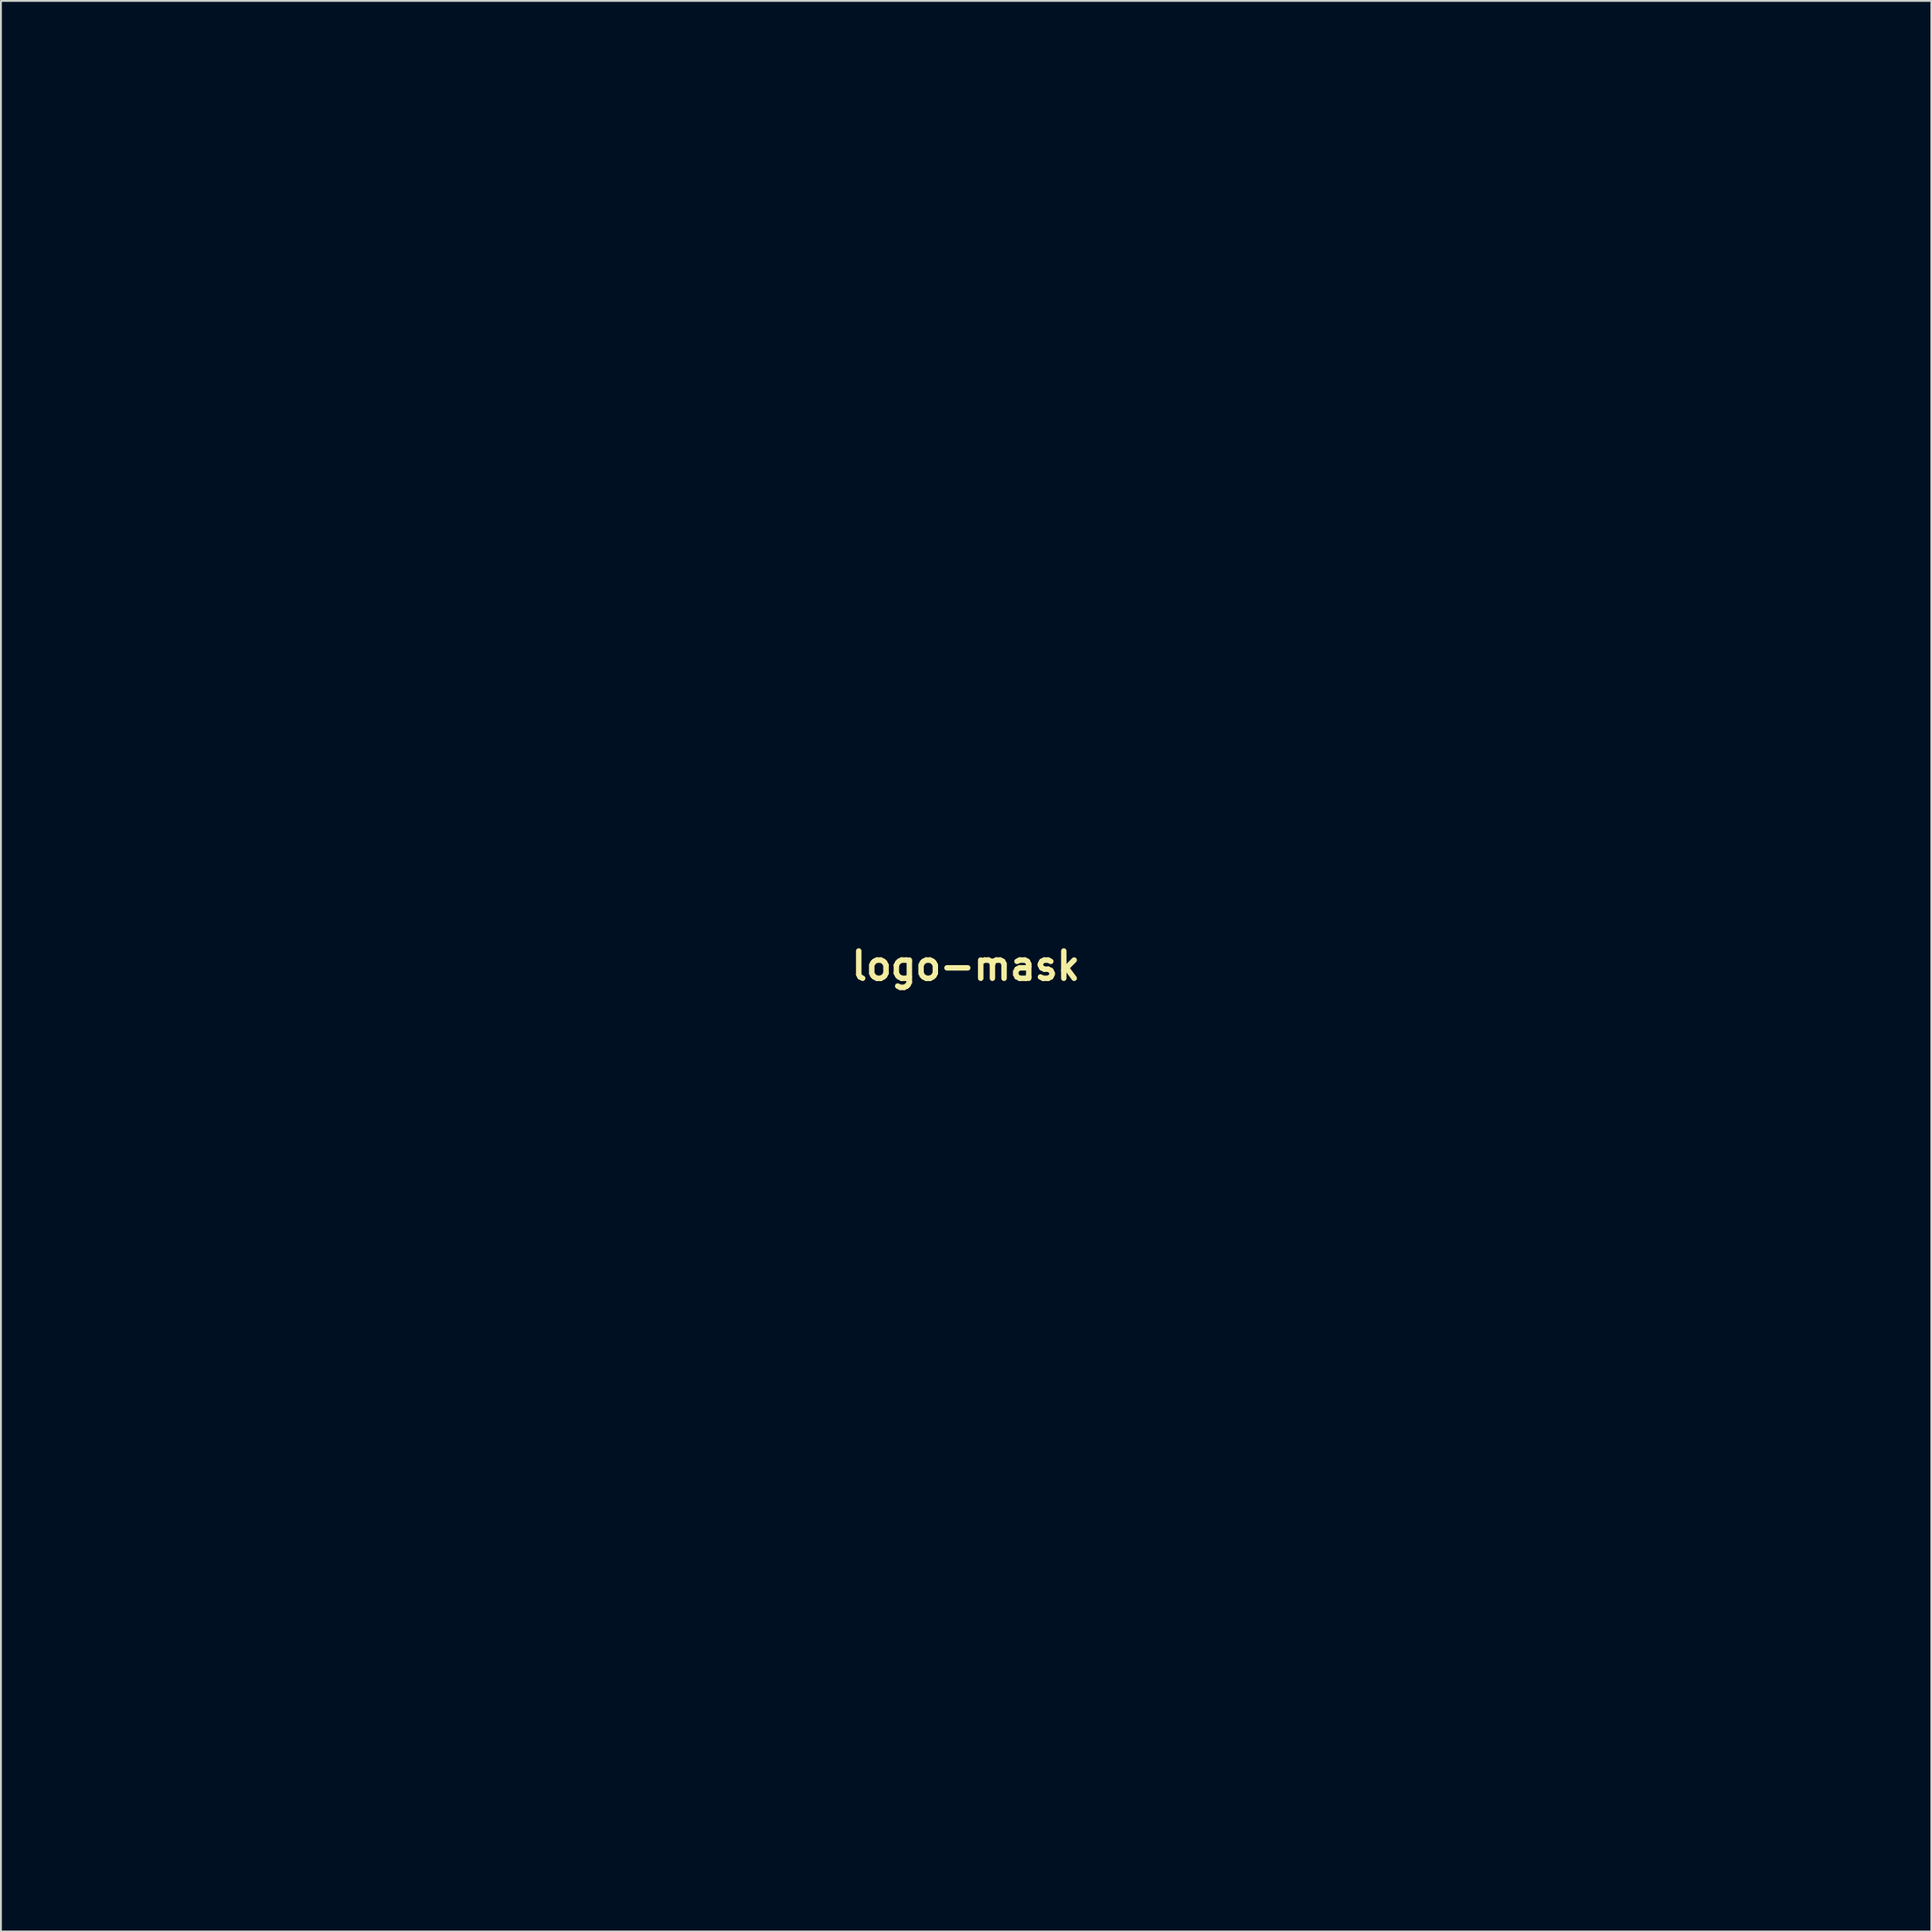
<source format=kicad_pcb>
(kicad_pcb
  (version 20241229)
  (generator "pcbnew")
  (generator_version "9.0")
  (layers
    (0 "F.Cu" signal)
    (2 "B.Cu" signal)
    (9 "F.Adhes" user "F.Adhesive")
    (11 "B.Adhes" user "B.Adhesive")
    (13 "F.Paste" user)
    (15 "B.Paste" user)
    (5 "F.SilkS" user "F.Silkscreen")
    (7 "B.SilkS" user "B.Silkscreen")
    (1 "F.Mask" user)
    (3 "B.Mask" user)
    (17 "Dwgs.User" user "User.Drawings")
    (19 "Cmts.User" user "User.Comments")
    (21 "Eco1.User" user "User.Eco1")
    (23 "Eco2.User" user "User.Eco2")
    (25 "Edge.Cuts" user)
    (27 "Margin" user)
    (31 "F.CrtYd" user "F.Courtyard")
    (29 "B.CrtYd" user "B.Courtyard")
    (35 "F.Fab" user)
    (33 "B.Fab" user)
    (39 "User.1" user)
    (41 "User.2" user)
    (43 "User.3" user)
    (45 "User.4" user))
  (footprint "logo-mask"
    (layer "F.Cu")
    (at 50.114 50.121)
    (property "Reference" "logo-mask" (at 0 0 0) (layer "F.SilkS") (effects (font (size 1.5 1.5) (thickness 0.3))))
    (attr board_only exclude_from_pos_files exclude_from_bom)
    (fp_poly (pts (xy -4.671 -23.632) (xy -4.658 -23.619) (xy -4.652 -23.592) (xy -4.647 -23.525) (xy -4.643 -23.415) (xy -4.639 -23.26) (xy -4.636 -23.058) (xy -4.634 -22.806) (xy -4.633 -22.502) (xy -4.632 -22.143) (xy -4.632 -21.728) (xy -4.633 -21.252) (xy -4.635 -20.715) (xy -4.637 -20.114) (xy -4.64 -19.445) (xy -4.644 -18.708) (xy -4.645 -18.514) (xy -4.649 -17.797) (xy -4.653 -17.148) (xy -4.656 -16.564) (xy -4.659 -16.042) (xy -4.662 -15.579) (xy -4.666 -15.172) (xy -4.67 -14.816) (xy -4.674 -14.509) (xy -4.679 -14.246) (xy -4.685 -14.026) (xy -4.692 -13.844) (xy -4.699 -13.696) (xy -4.708 -13.581) (xy -4.719 -13.494) (xy -4.731 -13.431) (xy -4.745 -13.39) (xy -4.76 -13.367) (xy -4.778 -13.359) (xy -4.798 -13.362) (xy -4.82 -13.372) (xy -4.844 -13.388) (xy -4.871 -13.404) (xy -4.945 -13.443) (xy -5.063 -13.5) (xy -5.204 -13.565) (xy -5.25 -13.586) (xy -5.388 -13.649) (xy -5.507 -13.704) (xy -5.586 -13.742) (xy -5.601 -13.749) (xy -5.691 -13.796) (xy -5.728 -13.815) (xy -5.783 -13.843) (xy -5.889 -13.894) (xy -6.031 -13.962) (xy -6.193 -14.04) (xy -6.206 -14.046) (xy -6.382 -14.13) (xy -6.601 -14.235) (xy -6.843 -14.351) (xy -7.085 -14.468) (xy -7.234 -14.54) (xy -7.595 -14.714) (xy -7.899 -14.861) (xy -8.153 -14.983) (xy -8.365 -15.085) (xy -8.542 -15.169) (xy -8.691 -15.24) (xy -8.82 -15.3) (xy -8.93 -15.351) (xy -9.07 -15.416) (xy -9.191 -15.474) (xy -9.274 -15.515) (xy -9.29 -15.523) (xy -9.347 -15.553) (xy -9.403 -15.582) (xy -9.473 -15.616) (xy -9.57 -15.663) (xy -9.706 -15.728) (xy -9.886 -15.814) (xy -10.064 -15.899) (xy -10.285 -16.005) (xy -10.527 -16.121) (xy -10.767 -16.237) (xy -10.896 -16.3) (xy -11.232 -16.462) (xy -11.573 -16.627) (xy -11.932 -16.799) (xy -12.325 -16.987) (xy -12.766 -17.198) (xy -12.844 -17.235) (xy -13.031 -17.324) (xy -13.165 -17.388) (xy -13.26 -17.434) (xy -13.329 -17.468) (xy -13.385 -17.497) (xy -13.44 -17.526) (xy -13.505 -17.558) (xy -13.615 -17.611) (xy -13.751 -17.674) (xy -13.8 -17.696) (xy -13.939 -17.76) (xy -14.058 -17.816) (xy -14.137 -17.854) (xy -14.152 -17.862) (xy -14.242 -17.909) (xy -14.278 -17.929) (xy -14.34 -17.959) (xy -14.446 -18.01) (xy -14.578 -18.072) (xy -14.612 -18.088) (xy -14.872 -18.21) (xy -15.073 -18.305) (xy -15.223 -18.376) (xy -15.327 -18.429) (xy -15.394 -18.465) (xy -15.43 -18.49) (xy -15.442 -18.505) (xy -15.442 -18.506) (xy -15.411 -18.579) (xy -15.331 -18.66) (xy -15.22 -18.734) (xy -15.12 -18.779) (xy -15.009 -18.822) (xy -14.924 -18.868) (xy -14.899 -18.89) (xy -14.844 -18.934) (xy -14.818 -18.942) (xy -14.772 -18.956) (xy -14.678 -18.995) (xy -14.553 -19.05) (xy -14.414 -19.114) (xy -14.278 -19.18) (xy -14.17 -19.234) (xy -14.081 -19.28) (xy -14.044 -19.299) (xy -13.983 -19.329) (xy -13.877 -19.38) (xy -13.744 -19.442) (xy -13.692 -19.466) (xy -13.529 -19.542) (xy -13.333 -19.635) (xy -13.134 -19.729) (xy -13.043 -19.772) (xy -12.851 -19.863) (xy -12.628 -19.969) (xy -12.407 -20.074) (xy -12.285 -20.132) (xy -12.099 -20.22) (xy -11.906 -20.312) (xy -11.734 -20.394) (xy -11.633 -20.442) (xy -11.509 -20.501) (xy -11.41 -20.544) (xy -11.355 -20.565) (xy -11.35 -20.565) (xy -11.304 -20.584) (xy -11.23 -20.63) (xy -11.226 -20.632) (xy -11.127 -20.688) (xy -11.006 -20.739) (xy -10.986 -20.746) (xy -10.87 -20.793) (xy -10.77 -20.849) (xy -10.756 -20.859) (xy -10.683 -20.907) (xy -10.633 -20.926) (xy -10.588 -20.941) (xy -10.492 -20.982) (xy -10.359 -21.043) (xy -10.203 -21.117) (xy -10.196 -21.121) (xy -10.033 -21.199) (xy -9.886 -21.266) (xy -9.771 -21.317) (xy -9.705 -21.342) (xy -9.609 -21.383) (xy -9.519 -21.436) (xy -9.444 -21.483) (xy -9.394 -21.503) (xy -9.393 -21.503) (xy -9.351 -21.518) (xy -9.257 -21.559) (xy -9.126 -21.62) (xy -8.969 -21.695) (xy -8.948 -21.706) (xy -8.764 -21.796) (xy -8.604 -21.873) (xy -8.449 -21.947) (xy -8.282 -22.025) (xy -8.084 -22.116) (xy -7.847 -22.225) (xy -7.7 -22.293) (xy -7.595 -22.342) (xy -7.508 -22.385) (xy -7.416 -22.433) (xy -7.405 -22.438) (xy -7.346 -22.468) (xy -7.236 -22.521) (xy -7.087 -22.592) (xy -6.915 -22.674) (xy -6.732 -22.761) (xy -6.551 -22.847) (xy -6.388 -22.923) (xy -6.26 -22.983) (xy -5.913 -23.145) (xy -5.612 -23.286) (xy -5.363 -23.405) (xy -5.169 -23.499) (xy -5.035 -23.566) (xy -5.01 -23.579) (xy -4.857 -23.647) (xy -4.747 -23.665)) (stroke (width 0) (type solid)) (fill yes) (layer "F.Mask"))
    (fp_poly (pts (xy -0.624 -7.027) (xy -0.514 -6.985) (xy -0.438 -6.947) (xy -0.343 -6.899) (xy -0.2 -6.829) (xy -0.027 -6.745) (xy 0.157 -6.657) (xy 0.198 -6.638) (xy 0.395 -6.545) (xy 0.539 -6.477) (xy 0.642 -6.427) (xy 0.717 -6.391) (xy 0.775 -6.361) (xy 0.83 -6.332) (xy 0.848 -6.322) (xy 0.913 -6.29) (xy 1.024 -6.237) (xy 1.159 -6.174) (xy 1.209 -6.151) (xy 1.346 -6.087) (xy 1.462 -6.032) (xy 1.537 -5.993) (xy 1.551 -5.985) (xy 1.62 -5.949) (xy 1.717 -5.904) (xy 1.732 -5.897) (xy 1.84 -5.849) (xy 1.981 -5.784) (xy 2.133 -5.713) (xy 2.272 -5.647) (xy 2.376 -5.595) (xy 2.399 -5.583) (xy 2.44 -5.562) (xy 2.482 -5.54) (xy 2.537 -5.513) (xy 2.615 -5.475) (xy 2.73 -5.42) (xy 2.892 -5.343) (xy 2.995 -5.294) (xy 3.208 -5.191) (xy 3.451 -5.075) (xy 3.688 -4.961) (xy 3.824 -4.895) (xy 3.995 -4.813) (xy 4.154 -4.738) (xy 4.283 -4.677) (xy 4.365 -4.639) (xy 4.366 -4.639) (xy 4.464 -4.593) (xy 4.539 -4.554) (xy 4.546 -4.549) (xy 4.602 -4.519) (xy 4.706 -4.469) (xy 4.837 -4.407) (xy 4.889 -4.383) (xy 5.026 -4.319) (xy 5.142 -4.264) (xy 5.217 -4.225) (xy 5.232 -4.217) (xy 5.3 -4.181) (xy 5.397 -4.136) (xy 5.412 -4.13) (xy 5.497 -4.091) (xy 5.627 -4.03) (xy 5.782 -3.956) (xy 5.899 -3.899) (xy 6.086 -3.809) (xy 6.286 -3.713) (xy 6.47 -3.626) (xy 6.548 -3.59) (xy 6.685 -3.526) (xy 6.801 -3.47) (xy 6.877 -3.432) (xy 6.891 -3.424) (xy 6.96 -3.387) (xy 7.057 -3.341) (xy 7.072 -3.335) (xy 7.153 -3.297) (xy 7.282 -3.237) (xy 7.44 -3.161) (xy 7.61 -3.078) (xy 7.613 -3.077) (xy 7.82 -2.977) (xy 8.05 -2.866) (xy 8.272 -2.76) (xy 8.407 -2.697) (xy 8.61 -2.601) (xy 8.759 -2.53) (xy 8.867 -2.478) (xy 8.945 -2.439) (xy 9.005 -2.409) (xy 9.038 -2.391) (xy 9.106 -2.356) (xy 9.217 -2.303) (xy 9.345 -2.243) (xy 9.684 -2.084) (xy 9.975 -1.943) (xy 10.214 -1.823) (xy 10.397 -1.724) (xy 10.521 -1.649) (xy 10.583 -1.6) (xy 10.589 -1.59) (xy 10.596 -1.508) (xy 10.589 -1.475) (xy 10.552 -1.445) (xy 10.459 -1.389) (xy 10.321 -1.312) (xy 10.146 -1.218) (xy 9.943 -1.113) (xy 9.821 -1.052) (xy 9.603 -0.943) (xy 9.401 -0.842) (xy 9.228 -0.754) (xy 9.093 -0.686) (xy 9.006 -0.641) (xy 8.984 -0.63) (xy 8.886 -0.579) (xy 8.776 -0.525) (xy 8.776 -0.525) (xy 8.612 -0.446) (xy 8.498 -0.391) (xy 8.418 -0.349) (xy 8.356 -0.315) (xy 8.334 -0.302) (xy 8.237 -0.251) (xy 8.124 -0.198) (xy 8.118 -0.196) (xy 8.019 -0.151) (xy 7.944 -0.111) (xy 7.938 -0.107) (xy 7.869 -0.069) (xy 7.772 -0.023) (xy 7.757 -0.016) (xy 7.645 0.035) (xy 7.546 0.087) (xy 7.541 0.09) (xy 7.49 0.117) (xy 7.381 0.173) (xy 7.223 0.254) (xy 7.023 0.356) (xy 6.787 0.475) (xy 6.523 0.608) (xy 6.239 0.751) (xy 6.115 0.813) (xy 5.827 0.958) (xy 5.557 1.094) (xy 5.313 1.218) (xy 5.102 1.324) (xy 4.931 1.411) (xy 4.807 1.474) (xy 4.738 1.51) (xy 4.726 1.517) (xy 4.658 1.552) (xy 4.56 1.597) (xy 4.546 1.603) (xy 4.434 1.655) (xy 4.334 1.708) (xy 4.33 1.711) (xy 4.233 1.764) (xy 4.12 1.817) (xy 4.113 1.82) (xy 4.015 1.865) (xy 3.94 1.905) (xy 3.933 1.909) (xy 3.891 1.934) (xy 3.827 1.968) (xy 3.728 2.017) (xy 3.582 2.088) (xy 3.482 2.137) (xy 3.38 2.187) (xy 3.3 2.229) (xy 3.283 2.238) (xy 3.229 2.267) (xy 3.127 2.318) (xy 2.992 2.385) (xy 2.886 2.437) (xy 2.739 2.509) (xy 2.612 2.572) (xy 2.522 2.617) (xy 2.489 2.634) (xy 2.446 2.657) (xy 2.346 2.708) (xy 2.195 2.785) (xy 2.001 2.884) (xy 1.771 3.001) (xy 1.512 3.132) (xy 1.23 3.275) (xy 1.093 3.344) (xy 0.798 3.493) (xy 0.519 3.634) (xy 0.262 3.764) (xy 0.035 3.879) (xy -0.153 3.975) (xy -0.296 4.047) (xy -0.385 4.092) (xy -0.405 4.102) (xy -0.562 4.179) (xy -0.671 4.221) (xy -0.747 4.231) (xy -0.802 4.214) (xy -0.814 4.206) (xy -0.823 4.197) (xy -0.83 4.181) (xy -0.837 4.155) (xy -0.843 4.115) (xy -0.848 4.057) (xy -0.852 3.979) (xy -0.855 3.877) (xy -0.858 3.748) (xy -0.86 3.588) (xy -0.861 3.394) (xy -0.861 3.163) (xy -0.861 2.891) (xy -0.86 2.574) (xy -0.858 2.21) (xy -0.856 1.796) (xy -0.852 1.326) (xy -0.849 0.8) (xy -0.844 0.212) (xy -0.839 -0.44) (xy -0.833 -1.16) (xy -0.831 -1.393) (xy -0.824 -2.202) (xy -0.817 -2.953) (xy -0.81 -3.643) (xy -0.803 -4.272) (xy -0.797 -4.839) (xy -0.79 -5.341) (xy -0.783 -5.78) (xy -0.777 -6.152) (xy -0.771 -6.458) (xy -0.765 -6.696) (xy -0.759 -6.865) (xy -0.753 -6.963) (xy -0.749 -6.99) (xy -0.698 -7.028)) (stroke (width 0) (type solid)) (fill yes) (layer "F.Mask"))
    (fp_poly (pts (xy -4.981 27.988) (xy -4.957 28.053) (xy -4.956 28.057) (xy -4.953 28.106) (xy -4.951 28.222) (xy -4.95 28.402) (xy -4.949 28.639) (xy -4.949 28.931) (xy -4.95 29.272) (xy -4.952 29.658) (xy -4.954 30.084) (xy -4.957 30.546) (xy -4.961 31.039) (xy -4.965 31.558) (xy -4.97 32.1) (xy -4.974 32.472) (xy -4.979 33.002) (xy -4.984 33.596) (xy -4.99 34.248) (xy -4.996 34.948) (xy -5.002 35.69) (xy -5.008 36.467) (xy -5.014 37.269) (xy -5.02 38.09) (xy -5.026 38.923) (xy -5.032 39.758) (xy -5.037 40.59) (xy -5.043 41.409) (xy -5.048 42.209) (xy -5.053 42.982) (xy -5.054 43.257) (xy -5.059 44.095) (xy -5.064 44.883) (xy -5.07 45.619) (xy -5.075 46.301) (xy -5.08 46.927) (xy -5.085 47.496) (xy -5.091 48.007) (xy -5.096 48.457) (xy -5.101 48.845) (xy -5.106 49.169) (xy -5.111 49.427) (xy -5.117 49.619) (xy -5.121 49.742) (xy -5.126 49.795) (xy -5.127 49.796) (xy -5.158 49.834) (xy -5.209 49.852) (xy -5.295 49.852) (xy -5.431 49.835) (xy -5.501 49.823) (xy -5.607 49.809) (xy -5.764 49.791) (xy -5.951 49.772) (xy -6.146 49.754) (xy -6.15 49.754) (xy -6.352 49.734) (xy -6.55 49.711) (xy -6.722 49.686) (xy -6.842 49.663) (xy -6.967 49.639) (xy -7.14 49.61) (xy -7.338 49.582) (xy -7.528 49.557) (xy -7.716 49.534) (xy -7.889 49.508) (xy -8.028 49.485) (xy -8.115 49.466) (xy -8.118 49.465) (xy -8.207 49.444) (xy -8.345 49.418) (xy -8.512 49.39) (xy -8.631 49.373) (xy -8.809 49.345) (xy -8.976 49.313) (xy -9.111 49.282) (xy -9.169 49.265) (xy -9.275 49.237) (xy -9.425 49.207) (xy -9.595 49.182) (xy -9.659 49.174) (xy -9.827 49.151) (xy -9.986 49.123) (xy -10.11 49.095) (xy -10.143 49.085) (xy -10.247 49.055) (xy -10.395 49.02) (xy -10.559 48.987) (xy -10.607 48.978) (xy -10.772 48.947) (xy -10.927 48.912) (xy -11.046 48.88) (xy -11.071 48.872) (xy -11.2 48.835) (xy -11.348 48.804) (xy -11.389 48.798) (xy -11.508 48.777) (xy -11.665 48.742) (xy -11.833 48.7) (xy -11.87 48.689) (xy -12.044 48.642) (xy -12.223 48.594) (xy -12.373 48.555) (xy -12.393 48.55) (xy -12.927 48.412) (xy -13.396 48.282) (xy -13.796 48.161) (xy -13.837 48.147) (xy -13.983 48.102) (xy -14.147 48.054) (xy -14.215 48.035) (xy -14.385 47.987) (xy -14.597 47.925) (xy -14.826 47.857) (xy -15.045 47.789) (xy -15.162 47.752) (xy -15.384 47.68) (xy -15.557 47.623) (xy -15.701 47.572) (xy -15.837 47.522) (xy -15.903 47.496) (xy -16.027 47.451) (xy -16.13 47.42) (xy -16.187 47.409) (xy -16.25 47.395) (xy -16.354 47.361) (xy -16.448 47.324) (xy -16.545 47.284) (xy -16.64 47.247) (xy -16.75 47.206) (xy -16.888 47.156) (xy -17.07 47.092) (xy -17.21 47.043) (xy -17.337 46.996) (xy -17.449 46.949) (xy -17.499 46.925) (xy -17.582 46.888) (xy -17.705 46.845) (xy -17.811 46.813) (xy -17.953 46.763) (xy -18.084 46.698) (xy -18.154 46.651) (xy -18.274 46.551) (xy -18.284 40.65) (xy -18.294 34.75) (xy -18.167 34.653) (xy -18.098 34.608) (xy -17.975 34.538) (xy -17.811 34.448) (xy -17.616 34.345) (xy -17.401 34.234) (xy -17.309 34.187) (xy -17.092 34.077) (xy -16.891 33.975) (xy -16.716 33.886) (xy -16.579 33.816) (xy -16.491 33.771) (xy -16.47 33.76) (xy -16.356 33.7) (xy -16.254 33.65) (xy -16.187 33.618) (xy -16.069 33.558) (xy -15.912 33.478) (xy -15.73 33.384) (xy -15.568 33.301) (xy -15.353 33.19) (xy -15.094 33.057) (xy -14.813 32.912) (xy -14.531 32.767) (xy -14.268 32.633) (xy -14.243 32.62) (xy -14 32.495) (xy -13.753 32.368) (xy -13.516 32.246) (xy -13.307 32.137) (xy -13.142 32.05) (xy -13.106 32.031) (xy -12.951 31.949) (xy -12.816 31.879) (xy -12.715 31.827) (xy -12.664 31.801) (xy -12.498 31.725) (xy -12.386 31.672) (xy -12.313 31.635) (xy -12.269 31.608) (xy -12.267 31.607) (xy -12.199 31.569) (xy -12.102 31.522) (xy -12.087 31.515) (xy -12.014 31.48) (xy -11.89 31.418) (xy -11.729 31.336) (xy -11.544 31.24) (xy -11.383 31.157) (xy -11.142 31.031) (xy -10.871 30.891) (xy -10.598 30.751) (xy -10.35 30.624) (xy -10.265 30.581) (xy -10.078 30.486) (xy -9.907 30.399) (xy -9.767 30.326) (xy -9.669 30.274) (xy -9.633 30.255) (xy -9.568 30.219) (xy -9.486 30.176) (xy -9.371 30.119) (xy -9.21 30.041) (xy -9.146 30.01) (xy -9.044 29.96) (xy -8.964 29.918) (xy -8.948 29.909) (xy -8.892 29.879) (xy -8.785 29.823) (xy -8.639 29.748) (xy -8.469 29.66) (xy -8.286 29.566) (xy -8.103 29.473) (xy -7.935 29.388) (xy -7.793 29.316) (xy -7.691 29.265) (xy -7.659 29.25) (xy -7.547 29.195) (xy -7.446 29.143) (xy -7.432 29.136) (xy -7.371 29.103) (xy -7.258 29.045) (xy -7.106 28.967) (xy -6.928 28.875) (xy -6.783 28.801) (xy -6.549 28.681) (xy -6.289 28.548) (xy -6.03 28.414) (xy -5.8 28.295) (xy -5.731 28.259) (xy -5.55 28.167) (xy -5.38 28.086) (xy -5.238 28.024) (xy -5.138 27.986) (xy -5.111 27.978) (xy -5.024 27.968)) (stroke (width 0) (type solid)) (fill yes) (layer "F.Mask"))
    (fp_poly (pts (xy -4.886 10.833) (xy -4.862 10.869) (xy -4.861 10.87) (xy -4.86 10.911) (xy -4.858 11.019) (xy -4.858 11.193) (xy -4.857 11.427) (xy -4.857 11.719) (xy -4.857 12.064) (xy -4.857 12.459) (xy -4.858 12.901) (xy -4.859 13.385) (xy -4.861 13.908) (xy -4.862 14.466) (xy -4.864 15.055) (xy -4.867 15.672) (xy -4.869 16.313) (xy -4.872 16.974) (xy -4.873 17.155) (xy -4.876 17.941) (xy -4.88 18.659) (xy -4.883 19.311) (xy -4.886 19.9) (xy -4.888 20.429) (xy -4.891 20.903) (xy -4.894 21.324) (xy -4.897 21.694) (xy -4.899 22.019) (xy -4.902 22.3) (xy -4.906 22.54) (xy -4.909 22.744) (xy -4.913 22.914) (xy -4.917 23.053) (xy -4.921 23.164) (xy -4.926 23.252) (xy -4.932 23.318) (xy -4.937 23.367) (xy -4.944 23.401) (xy -4.951 23.424) (xy -4.959 23.438) (xy -4.968 23.447) (xy -4.972 23.451) (xy -5.018 23.484) (xy -5.076 23.522) (xy -5.153 23.567) (xy -5.258 23.625) (xy -5.398 23.699) (xy -5.582 23.794) (xy -5.817 23.914) (xy -6.007 24.011) (xy -6.266 24.143) (xy -6.566 24.297) (xy -6.884 24.459) (xy -7.196 24.619) (xy -7.48 24.765) (xy -7.523 24.787) (xy -7.806 24.932) (xy -8.126 25.096) (xy -8.458 25.267) (xy -8.779 25.431) (xy -9.063 25.576) (xy -9.092 25.591) (xy -9.35 25.723) (xy -9.624 25.863) (xy -9.896 26.003) (xy -10.146 26.131) (xy -10.355 26.239) (xy -10.4 26.262) (xy -10.589 26.359) (xy -10.767 26.45) (xy -10.917 26.527) (xy -11.027 26.582) (xy -11.067 26.601) (xy -11.179 26.656) (xy -11.279 26.708) (xy -11.293 26.715) (xy -11.343 26.742) (xy -11.432 26.788) (xy -11.562 26.856) (xy -11.738 26.946) (xy -11.961 27.06) (xy -12.235 27.201) (xy -12.563 27.369) (xy -12.949 27.567) (xy -13.396 27.795) (xy -13.458 27.827) (xy -13.737 27.97) (xy -14.028 28.119) (xy -14.317 28.267) (xy -14.587 28.405) (xy -14.822 28.526) (xy -14.991 28.612) (xy -15.208 28.724) (xy -15.467 28.857) (xy -15.748 29.001) (xy -16.03 29.145) (xy -16.291 29.279) (xy -16.308 29.287) (xy -16.525 29.398) (xy -16.725 29.501) (xy -16.897 29.589) (xy -17.031 29.658) (xy -17.117 29.703) (xy -17.138 29.714) (xy -17.239 29.766) (xy -17.336 29.813) (xy -17.418 29.854) (xy -17.541 29.916) (xy -17.683 29.99) (xy -17.729 30.013) (xy -17.901 30.099) (xy -18.023 30.146) (xy -18.104 30.159) (xy -18.155 30.138) (xy -18.171 30.118) (xy -18.177 30.073) (xy -18.181 29.957) (xy -18.185 29.773) (xy -18.188 29.523) (xy -18.19 29.209) (xy -18.191 28.834) (xy -18.191 28.398) (xy -18.19 27.905) (xy -18.188 27.357) (xy -18.185 26.754) (xy -18.182 26.1) (xy -18.177 25.397) (xy -18.172 24.646) (xy -18.165 23.85) (xy -18.158 23.01) (xy -18.15 22.129) (xy -18.144 21.539) (xy -18.138 20.916) (xy -18.132 20.36) (xy -18.127 19.868) (xy -18.122 19.437) (xy -18.117 19.061) (xy -18.112 18.737) (xy -18.108 18.461) (xy -18.103 18.229) (xy -18.098 18.037) (xy -18.092 17.881) (xy -18.086 17.756) (xy -18.08 17.659) (xy -18.073 17.586) (xy -18.065 17.532) (xy -18.057 17.494) (xy -18.048 17.467) (xy -18.046 17.462) (xy -18.021 17.42) (xy -17.985 17.378) (xy -17.929 17.333) (xy -17.845 17.279) (xy -17.726 17.21) (xy -17.562 17.123) (xy -17.347 17.011) (xy -17.192 16.933) (xy -16.967 16.819) (xy -16.76 16.714) (xy -16.58 16.624) (xy -16.437 16.553) (xy -16.342 16.507) (xy -16.308 16.491) (xy -16.204 16.443) (xy -16.128 16.403) (xy -16.055 16.365) (xy -15.939 16.305) (xy -15.797 16.234) (xy -15.731 16.201) (xy -15.585 16.129) (xy -15.455 16.062) (xy -15.36 16.011) (xy -15.334 15.997) (xy -15.237 15.945) (xy -15.124 15.893) (xy -15.117 15.89) (xy -15.019 15.846) (xy -14.944 15.808) (xy -14.937 15.804) (xy -14.894 15.781) (xy -14.793 15.73) (xy -14.642 15.653) (xy -14.448 15.554) (xy -14.218 15.438) (xy -13.959 15.307) (xy -13.677 15.166) (xy -13.548 15.101) (xy -13.257 14.955) (xy -12.984 14.817) (xy -12.736 14.691) (xy -12.519 14.582) (xy -12.343 14.492) (xy -12.213 14.425) (xy -12.137 14.386) (xy -12.123 14.378) (xy -12.026 14.327) (xy -11.914 14.273) (xy -11.906 14.269) (xy -11.578 14.111) (xy -11.473 14.056) (xy -11.425 14.031) (xy -11.318 13.976) (xy -11.159 13.896) (xy -10.955 13.792) (xy -10.711 13.669) (xy -10.435 13.53) (xy -10.131 13.377) (xy -9.808 13.214) (xy -9.651 13.135) (xy -9.322 12.969) (xy -9.011 12.812) (xy -8.725 12.667) (xy -8.469 12.538) (xy -8.251 12.427) (xy -8.075 12.338) (xy -7.949 12.273) (xy -7.878 12.236) (xy -7.865 12.229) (xy -7.797 12.194) (xy -7.699 12.15) (xy -7.685 12.144) (xy -7.573 12.092) (xy -7.473 12.04) (xy -7.468 12.037) (xy -7.367 11.981) (xy -7.27 11.933) (xy -7.169 11.884) (xy -7.09 11.842) (xy -7.007 11.799) (xy -6.902 11.751) (xy -6.891 11.747) (xy -6.779 11.695) (xy -6.68 11.643) (xy -6.675 11.64) (xy -6.574 11.584) (xy -6.476 11.535) (xy -6.412 11.503) (xy -6.295 11.445) (xy -6.136 11.365) (xy -5.948 11.27) (xy -5.74 11.165) (xy -5.683 11.136) (xy -5.436 11.012) (xy -5.244 10.92) (xy -5.101 10.859) (xy -4.998 10.826) (xy -4.929 10.818)) (stroke (width 0) (type solid)) (fill yes) (layer "F.Mask"))
    (fp_poly (pts (xy -18.193 -15.459) (xy -18.072 -15.413) (xy -17.932 -15.347) (xy -17.787 -15.277) (xy -17.602 -15.189) (xy -17.404 -15.094) (xy -17.246 -15.019) (xy -17.083 -14.941) (xy -16.939 -14.872) (xy -16.83 -14.82) (xy -16.77 -14.79) (xy -16.768 -14.789) (xy -16.678 -14.743) (xy -16.642 -14.723) (xy -16.586 -14.696) (xy -16.48 -14.644) (xy -16.338 -14.576) (xy -16.176 -14.499) (xy -16.164 -14.493) (xy -15.96 -14.395) (xy -15.723 -14.281) (xy -15.483 -14.166) (xy -15.295 -14.075) (xy -15.13 -13.995) (xy -14.987 -13.928) (xy -14.88 -13.88) (xy -14.821 -13.856) (xy -14.814 -13.855) (xy -14.768 -13.835) (xy -14.694 -13.789) (xy -14.688 -13.785) (xy -14.583 -13.726) (xy -14.484 -13.689) (xy -14.375 -13.649) (xy -14.28 -13.595) (xy -14.172 -13.533) (xy -14.064 -13.487) (xy -13.952 -13.437) (xy -13.859 -13.38) (xy -13.783 -13.332) (xy -13.727 -13.313) (xy -13.679 -13.298) (xy -13.58 -13.256) (xy -13.446 -13.195) (xy -13.291 -13.12) (xy -13.29 -13.119) (xy -12.949 -12.952) (xy -12.662 -12.815) (xy -12.421 -12.704) (xy -12.375 -12.683) (xy -12.264 -12.631) (xy -12.165 -12.581) (xy -12.159 -12.578) (xy -12.05 -12.523) (xy -11.902 -12.451) (xy -11.742 -12.375) (xy -11.597 -12.309) (xy -11.545 -12.287) (xy -11.447 -12.241) (xy -11.372 -12.201) (xy -11.365 -12.197) (xy -11.299 -12.16) (xy -11.2 -12.111) (xy -11.167 -12.095) (xy -11.059 -12.043) (xy -10.968 -11.998) (xy -10.95 -11.988) (xy -10.892 -11.958) (xy -10.783 -11.905) (xy -10.637 -11.834) (xy -10.468 -11.753) (xy -10.409 -11.725) (xy -10.194 -11.622) (xy -9.958 -11.51) (xy -9.73 -11.4) (xy -9.543 -11.311) (xy -9.363 -11.225) (xy -9.182 -11.139) (xy -9.025 -11.066) (xy -8.93 -11.022) (xy -8.824 -10.973) (xy -8.669 -10.9) (xy -8.482 -10.81) (xy -8.279 -10.712) (xy -8.136 -10.643) (xy -7.799 -10.479) (xy -7.447 -10.309) (xy -7.091 -10.137) (xy -6.74 -9.967) (xy -6.402 -9.805) (xy -6.086 -9.653) (xy -5.802 -9.517) (xy -5.558 -9.402) (xy -5.364 -9.31) (xy -5.268 -9.265) (xy -5.137 -9.204) (xy -5.022 -9.151) (xy -4.949 -9.116) (xy -4.86 -9.062) (xy -4.777 -8.996) (xy -4.69 -8.915) (xy -4.691 -7.768) (xy -4.692 -7.545) (xy -4.693 -7.255) (xy -4.694 -6.904) (xy -4.697 -6.498) (xy -4.7 -6.041) (xy -4.703 -5.541) (xy -4.707 -5.001) (xy -4.711 -4.428) (xy -4.715 -3.828) (xy -4.72 -3.205) (xy -4.725 -2.566) (xy -4.73 -1.916) (xy -4.736 -1.26) (xy -4.741 -0.604) (xy -4.747 0.046) (xy -4.752 0.685) (xy -4.758 1.307) (xy -4.764 1.907) (xy -4.769 2.479) (xy -4.774 3.017) (xy -4.78 3.517) (xy -4.784 3.947) (xy -4.809 6.215) (xy -4.914 6.334) (xy -5.004 6.415) (xy -5.1 6.469) (xy -5.123 6.476) (xy -5.233 6.517) (xy -5.311 6.563) (xy -5.406 6.621) (xy -5.513 6.668) (xy -5.629 6.718) (xy -5.729 6.777) (xy -5.828 6.835) (xy -5.917 6.873) (xy -6.017 6.915) (xy -6.097 6.962) (xy -6.196 7.018) (xy -6.309 7.07) (xy -6.314 7.071) (xy -6.41 7.113) (xy -6.48 7.151) (xy -6.486 7.155) (xy -6.528 7.179) (xy -6.627 7.231) (xy -6.775 7.308) (xy -6.965 7.405) (xy -7.188 7.518) (xy -7.437 7.644) (xy -7.659 7.755) (xy -7.925 7.889) (xy -8.173 8.014) (xy -8.395 8.126) (xy -8.582 8.221) (xy -8.727 8.295) (xy -8.822 8.344) (xy -8.858 8.362) (xy -8.94 8.406) (xy -9.044 8.455) (xy -9.056 8.46) (xy -9.167 8.513) (xy -9.267 8.566) (xy -9.272 8.569) (xy -9.369 8.621) (xy -9.481 8.675) (xy -9.489 8.678) (xy -9.733 8.793) (xy -9.922 8.894) (xy -10.018 8.945) (xy -10.131 8.999) (xy -10.138 9.002) (xy -10.236 9.048) (xy -10.312 9.089) (xy -10.319 9.094) (xy -10.387 9.132) (xy -10.485 9.178) (xy -10.499 9.184) (xy -10.611 9.236) (xy -10.71 9.289) (xy -10.716 9.292) (xy -10.784 9.329) (xy -10.9 9.39) (xy -11.046 9.464) (xy -11.167 9.525) (xy -11.318 9.601) (xy -11.448 9.668) (xy -11.542 9.717) (xy -11.582 9.739) (xy -11.626 9.762) (xy -11.727 9.814) (xy -11.876 9.889) (xy -12.067 9.985) (xy -12.291 10.097) (xy -12.539 10.222) (xy -12.736 10.32) (xy -13 10.452) (xy -13.247 10.575) (xy -13.468 10.685) (xy -13.655 10.779) (xy -13.8 10.852) (xy -13.895 10.9) (xy -13.927 10.917) (xy -14.025 10.967) (xy -14.134 11.021) (xy -14.134 11.021) (xy -14.255 11.078) (xy -14.369 11.132) (xy -14.478 11.186) (xy -14.576 11.237) (xy -14.576 11.237) (xy -14.626 11.263) (xy -14.734 11.317) (xy -14.892 11.397) (xy -15.095 11.499) (xy -15.334 11.62) (xy -15.604 11.755) (xy -15.897 11.903) (xy -16.164 12.036) (xy -16.47 12.19) (xy -16.758 12.335) (xy -17.02 12.468) (xy -17.25 12.586) (xy -17.441 12.684) (xy -17.587 12.76) (xy -17.681 12.81) (xy -17.715 12.831) (xy -17.766 12.858) (xy -17.861 12.902) (xy -17.98 12.952) (xy -18.102 13.001) (xy -18.205 13.04) (xy -18.269 13.06) (xy -18.277 13.061) (xy -18.302 13.033) (xy -18.322 12.998) (xy -18.325 12.956) (xy -18.328 12.845) (xy -18.331 12.669) (xy -18.334 12.428) (xy -18.337 12.128) (xy -18.34 11.771) (xy -18.343 11.359) (xy -18.346 10.896) (xy -18.349 10.385) (xy -18.351 9.828) (xy -18.354 9.229) (xy -18.356 8.591) (xy -18.359 7.916) (xy -18.361 7.208) (xy -18.364 6.47) (xy -18.366 5.704) (xy -18.368 4.914) (xy -18.37 4.103) (xy -18.372 3.273) (xy -18.374 2.428) (xy -18.376 1.57) (xy -18.377 0.703) (xy -18.379 -0.171) (xy -18.38 -1.049) (xy -18.382 -1.926) (xy -18.383 -2.802) (xy -18.384 -3.672) (xy -18.385 -4.533) (xy -18.385 -5.383) (xy -18.386 -6.219) (xy -18.386 -7.037) (xy -18.387 -7.835) (xy -18.387 -8.61) (xy -18.387 -9.358) (xy -18.386 -10.077) (xy -18.386 -10.764) (xy -18.385 -11.415) (xy -18.385 -12.028) (xy -18.384 -12.6) (xy -18.383 -13.128) (xy -18.381 -13.608) (xy -18.38 -14.039) (xy -18.378 -14.416) (xy -18.376 -14.737) (xy -18.374 -14.998) (xy -18.371 -15.198) (xy -18.369 -15.332) (xy -18.366 -15.399) (xy -18.365 -15.405) (xy -18.327 -15.454) (xy -18.274 -15.472)) (stroke (width 0) (type solid)) (fill yes) (layer "F.Mask"))
    (fp_poly (pts (xy -0.493 -23.642) (xy -0.349 -23.592) (xy -0.154 -23.506) (xy -0.08 -23.47) (xy 0.106 -23.38) (xy 0.294 -23.29) (xy 0.461 -23.21) (xy 0.577 -23.155) (xy 0.726 -23.086) (xy 0.828 -23.039) (xy 0.9 -23.003) (xy 0.961 -22.971) (xy 0.992 -22.955) (xy 1.057 -22.922) (xy 1.168 -22.869) (xy 1.304 -22.806) (xy 1.353 -22.784) (xy 1.49 -22.72) (xy 1.606 -22.665) (xy 1.682 -22.626) (xy 1.696 -22.618) (xy 1.77 -22.579) (xy 1.84 -22.547) (xy 1.925 -22.509) (xy 2.042 -22.455) (xy 2.111 -22.424) (xy 2.232 -22.367) (xy 2.388 -22.295) (xy 2.55 -22.221) (xy 2.58 -22.207) (xy 2.735 -22.136) (xy 2.843 -22.086) (xy 2.923 -22.047) (xy 2.993 -22.011) (xy 3.049 -21.981) (xy 3.115 -21.947) (xy 3.225 -21.894) (xy 3.359 -21.831) (xy 3.391 -21.816) (xy 3.628 -21.706) (xy 3.859 -21.598) (xy 4.075 -21.496) (xy 4.265 -21.405) (xy 4.419 -21.33) (xy 4.529 -21.276) (xy 4.582 -21.248) (xy 4.657 -21.208) (xy 4.726 -21.175) (xy 4.819 -21.134) (xy 4.969 -21.065) (xy 5.167 -20.972) (xy 5.406 -20.86) (xy 5.677 -20.731) (xy 5.972 -20.591) (xy 6.282 -20.442) (xy 6.44 -20.366) (xy 6.628 -20.276) (xy 6.825 -20.183) (xy 7.003 -20.099) (xy 7.108 -20.05) (xy 7.327 -19.947) (xy 7.604 -19.816) (xy 7.933 -19.661) (xy 8.306 -19.484) (xy 8.587 -19.35) (xy 8.765 -19.265) (xy 8.938 -19.184) (xy 9.085 -19.114) (xy 9.182 -19.068) (xy 9.284 -19.021) (xy 9.431 -18.95) (xy 9.606 -18.867) (xy 9.79 -18.779) (xy 9.814 -18.768) (xy 10.308 -18.532) (xy 10.754 -18.322) (xy 11.143 -18.14) (xy 11.239 -18.096) (xy 11.388 -18.026) (xy 11.492 -17.978) (xy 11.571 -17.939) (xy 11.646 -17.901) (xy 11.708 -17.869) (xy 11.775 -17.836) (xy 11.886 -17.784) (xy 12.017 -17.723) (xy 12.033 -17.716) (xy 12.187 -17.645) (xy 12.345 -17.572) (xy 12.465 -17.515) (xy 12.595 -17.454) (xy 12.721 -17.396) (xy 12.772 -17.374) (xy 12.87 -17.329) (xy 12.946 -17.29) (xy 12.953 -17.285) (xy 13.009 -17.255) (xy 13.112 -17.205) (xy 13.244 -17.143) (xy 13.295 -17.119) (xy 13.434 -17.055) (xy 13.552 -17) (xy 13.632 -16.962) (xy 13.647 -16.954) (xy 13.737 -16.908) (xy 13.773 -16.888) (xy 13.834 -16.859) (xy 13.941 -16.808) (xy 14.074 -16.746) (xy 14.125 -16.722) (xy 14.281 -16.65) (xy 14.474 -16.559) (xy 14.675 -16.463) (xy 14.811 -16.398) (xy 14.988 -16.313) (xy 15.163 -16.23) (xy 15.315 -16.159) (xy 15.406 -16.118) (xy 15.57 -16.044) (xy 15.682 -15.994) (xy 15.755 -15.96) (xy 15.803 -15.935) (xy 15.838 -15.915) (xy 15.839 -15.914) (xy 15.895 -15.884) (xy 16.011 -15.827) (xy 16.182 -15.745) (xy 16.402 -15.64) (xy 16.666 -15.515) (xy 16.968 -15.373) (xy 17.03 -15.345) (xy 17.177 -15.275) (xy 17.362 -15.187) (xy 17.559 -15.093) (xy 17.697 -15.026) (xy 17.877 -14.94) (xy 18.057 -14.855) (xy 18.215 -14.782) (xy 18.31 -14.738) (xy 18.444 -14.678) (xy 18.541 -14.633) (xy 18.631 -14.587) (xy 18.716 -14.543) (xy 18.777 -14.513) (xy 18.884 -14.462) (xy 19.017 -14.4) (xy 19.068 -14.376) (xy 19.221 -14.305) (xy 19.412 -14.215) (xy 19.615 -14.119) (xy 19.772 -14.044) (xy 20.086 -13.895) (xy 20.338 -13.776) (xy 20.531 -13.688) (xy 20.637 -13.641) (xy 20.727 -13.599) (xy 20.782 -13.569) (xy 20.838 -13.539) (xy 20.941 -13.488) (xy 21.072 -13.426) (xy 21.125 -13.402) (xy 21.278 -13.331) (xy 21.469 -13.241) (xy 21.672 -13.145) (xy 21.828 -13.072) (xy 22.006 -12.987) (xy 22.179 -12.905) (xy 22.326 -12.836) (xy 22.423 -12.79) (xy 22.72 -12.65) (xy 22.958 -12.538) (xy 23.147 -12.449) (xy 23.292 -12.38) (xy 23.403 -12.328) (xy 23.485 -12.288) (xy 23.547 -12.257) (xy 23.597 -12.232) (xy 23.641 -12.208) (xy 23.65 -12.204) (xy 23.715 -12.171) (xy 23.826 -12.119) (xy 23.962 -12.056) (xy 24.011 -12.033) (xy 24.151 -11.968) (xy 24.273 -11.911) (xy 24.356 -11.87) (xy 24.372 -11.862) (xy 24.439 -11.826) (xy 24.506 -11.792) (xy 24.591 -11.751) (xy 24.712 -11.694) (xy 24.823 -11.643) (xy 24.965 -11.577) (xy 25.148 -11.491) (xy 25.347 -11.397) (xy 25.526 -11.312) (xy 25.707 -11.226) (xy 25.882 -11.144) (xy 26.032 -11.074) (xy 26.137 -11.025) (xy 26.14 -11.024) (xy 26.244 -10.975) (xy 26.393 -10.905) (xy 26.566 -10.821) (xy 26.736 -10.738) (xy 26.895 -10.662) (xy 27.03 -10.599) (xy 27.13 -10.554) (xy 27.179 -10.536) (xy 27.181 -10.535) (xy 27.229 -10.517) (xy 27.304 -10.471) (xy 27.307 -10.47) (xy 27.399 -10.417) (xy 27.522 -10.361) (xy 27.574 -10.34) (xy 27.713 -10.27) (xy 27.811 -10.184) (xy 27.853 -10.094) (xy 27.853 -10.081) (xy 27.823 -10.049) (xy 27.741 -9.996) (xy 27.622 -9.93) (xy 27.538 -9.888) (xy 27.393 -9.818) (xy 27.266 -9.756) (xy 27.176 -9.71) (xy 27.15 -9.696) (xy 27.064 -9.652) (xy 26.969 -9.606) (xy 26.869 -9.558) (xy 26.789 -9.517) (xy 26.726 -9.484) (xy 26.617 -9.429) (xy 26.479 -9.36) (xy 26.392 -9.317) (xy 26.222 -9.234) (xy 26.103 -9.175) (xy 26.022 -9.135) (xy 25.966 -9.106) (xy 25.922 -9.083) (xy 25.887 -9.064) (xy 25.825 -9.032) (xy 25.716 -8.977) (xy 25.576 -8.908) (xy 25.472 -8.858) (xy 25.324 -8.786) (xy 25.197 -8.723) (xy 25.108 -8.677) (xy 25.075 -8.66) (xy 25.02 -8.631) (xy 24.918 -8.579) (xy 24.786 -8.513) (xy 24.714 -8.477) (xy 24.569 -8.405) (xy 24.439 -8.34) (xy 24.344 -8.291) (xy 24.318 -8.278) (xy 24.216 -8.226) (xy 24.119 -8.179) (xy 24.037 -8.14) (xy 23.914 -8.078) (xy 23.771 -8.006) (xy 23.722 -7.981) (xy 23.575 -7.906) (xy 23.436 -7.838) (xy 23.33 -7.788) (xy 23.307 -7.777) (xy 23.209 -7.732) (xy 23.134 -7.693) (xy 23.127 -7.688) (xy 23.087 -7.667) (xy 22.987 -7.617) (xy 22.832 -7.539) (xy 22.629 -7.438) (xy 22.381 -7.314) (xy 22.094 -7.171) (xy 21.773 -7.012) (xy 21.423 -6.838) (xy 21.049 -6.653) (xy 20.657 -6.459) (xy 20.619 -6.44) (xy 20.226 -6.245) (xy 19.85 -6.059) (xy 19.498 -5.885) (xy 19.174 -5.724) (xy 18.884 -5.58) (xy 18.632 -5.455) (xy 18.424 -5.351) (xy 18.265 -5.272) (xy 18.159 -5.219) (xy 18.113 -5.195) (xy 18.112 -5.195) (xy 18.037 -5.154) (xy 17.916 -5.091) (xy 17.761 -5.013) (xy 17.583 -4.924) (xy 17.393 -4.83) (xy 17.203 -4.737) (xy 17.023 -4.65) (xy 16.867 -4.575) (xy 16.744 -4.517) (xy 16.666 -4.482) (xy 16.644 -4.474) (xy 16.59 -4.454) (xy 16.52 -4.408) (xy 16.425 -4.349) (xy 16.313 -4.296) (xy 16.308 -4.294) (xy 16.208 -4.249) (xy 16.131 -4.202) (xy 16.125 -4.198) (xy 16.053 -4.154) (xy 15.953 -4.11) (xy 15.945 -4.108) (xy 15.833 -4.062) (xy 15.736 -4.01) (xy 15.734 -4.009) (xy 15.643 -3.959) (xy 15.522 -3.903) (xy 15.392 -3.851) (xy 15.277 -3.81) (xy 15.199 -3.791) (xy 15.189 -3.791) (xy 15.11 -3.809) (xy 15.081 -3.822) (xy 15.03 -3.848) (xy 14.928 -3.899) (xy 14.786 -3.967) (xy 14.62 -4.047) (xy 14.558 -4.077) (xy 14.343 -4.179) (xy 14.107 -4.293) (xy 13.879 -4.402) (xy 13.692 -4.492) (xy 13.486 -4.591) (xy 13.254 -4.702) (xy 13.032 -4.808) (xy 12.916 -4.863) (xy 12.758 -4.939) (xy 12.554 -5.037) (xy 12.323 -5.148) (xy 12.083 -5.264) (xy 11.888 -5.358) (xy 11.671 -5.462) (xy 11.459 -5.564) (xy 11.267 -5.656) (xy 11.11 -5.731) (xy 11.004 -5.78) (xy 10.855 -5.849) (xy 10.748 -5.901) (xy 10.66 -5.945) (xy 10.58 -5.987) (xy 10.52 -6.016) (xy 10.413 -6.067) (xy 10.279 -6.129) (xy 10.229 -6.152) (xy 10.089 -6.217) (xy 9.967 -6.274) (xy 9.884 -6.315) (xy 9.868 -6.323) (xy 9.763 -6.377) (xy 9.61 -6.453) (xy 9.428 -6.542) (xy 9.234 -6.634) (xy 9.047 -6.722) (xy 9.038 -6.726) (xy 8.885 -6.798) (xy 8.778 -6.848) (xy 8.698 -6.887) (xy 8.626 -6.924) (xy 8.569 -6.955) (xy 8.504 -6.987) (xy 8.393 -7.04) (xy 8.258 -7.103) (xy 8.208 -7.126) (xy 8.072 -7.19) (xy 7.891 -7.276) (xy 7.685 -7.375) (xy 7.472 -7.477) (xy 7.378 -7.523) (xy 7.12 -7.648) (xy 6.843 -7.782) (xy 6.558 -7.92) (xy 6.277 -8.056) (xy 6.011 -8.184) (xy 5.772 -8.298) (xy 5.572 -8.394) (xy 5.422 -8.465) (xy 5.394 -8.478) (xy 5.242 -8.55) (xy 5.066 -8.633) (xy 4.878 -8.722) (xy 4.689 -8.812) (xy 4.514 -8.895) (xy 4.364 -8.967) (xy 4.252 -9.021) (xy 4.19 -9.051) (xy 4.185 -9.053) (xy 4.109 -9.093) (xy 4.059 -9.12) (xy 3.994 -9.153) (xy 3.884 -9.206) (xy 3.748 -9.27) (xy 3.698 -9.293) (xy 3.447 -9.411) (xy 3.208 -9.523) (xy 2.99 -9.626) (xy 2.804 -9.716) (xy 2.657 -9.787) (xy 2.56 -9.835) (xy 2.526 -9.854) (xy 2.457 -9.89) (xy 2.36 -9.936) (xy 2.345 -9.942) (xy 2.26 -9.981) (xy 2.13 -10.042) (xy 1.975 -10.116) (xy 1.858 -10.173) (xy 1.682 -10.258) (xy 1.467 -10.361) (xy 1.241 -10.469) (xy 1.03 -10.57) (xy 1.028 -10.571) (xy 0.855 -10.653) (xy 0.702 -10.726) (xy 0.581 -10.784) (xy 0.508 -10.821) (xy 0.496 -10.827) (xy 0.407 -10.874) (xy 0.37 -10.893) (xy 0.255 -10.952) (xy 0.12 -11.017) (xy -0.018 -11.08) (xy -0.141 -11.134) (xy -0.233 -11.172) (xy -0.276 -11.185) (xy -0.332 -11.21) (xy -0.356 -11.233) (xy -0.415 -11.274) (xy -0.511 -11.315) (xy -0.54 -11.324) (xy -0.644 -11.371) (xy -0.718 -11.433) (xy -0.727 -11.447) (xy -0.732 -11.475) (xy -0.737 -11.537) (xy -0.742 -11.637) (xy -0.746 -11.776) (xy -0.749 -11.957) (xy -0.751 -12.184) (xy -0.753 -12.457) (xy -0.754 -12.78) (xy -0.755 -13.154) (xy -0.755 -13.584) (xy -0.755 -14.07) (xy -0.754 -14.616) (xy -0.752 -15.224) (xy -0.75 -15.897) (xy -0.747 -16.636) (xy -0.744 -17.445) (xy -0.743 -17.527) (xy -0.74 -18.181) (xy -0.737 -18.814) (xy -0.734 -19.425) (xy -0.731 -20.009) (xy -0.727 -20.563) (xy -0.724 -21.082) (xy -0.721 -21.563) (xy -0.717 -22.002) (xy -0.714 -22.395) (xy -0.711 -22.738) (xy -0.708 -23.029) (xy -0.705 -23.262) (xy -0.702 -23.434) (xy -0.7 -23.542) (xy -0.697 -23.581) (xy -0.659 -23.635) (xy -0.594 -23.655)) (stroke (width 0) (type solid)) (fill yes) (layer "F.Mask"))
    (fp_poly (pts (xy 15.345 0.647) (xy 15.422 0.688) (xy 15.471 0.724) (xy 15.55 0.774) (xy 15.613 0.794) (xy 15.674 0.81) (xy 15.771 0.85) (xy 15.834 0.881) (xy 15.986 0.959) (xy 16.159 1.045) (xy 16.341 1.133) (xy 16.519 1.218) (xy 16.681 1.294) (xy 16.815 1.355) (xy 16.908 1.394) (xy 16.947 1.407) (xy 16.998 1.423) (xy 17.09 1.464) (xy 17.18 1.509) (xy 17.296 1.568) (xy 17.397 1.614) (xy 17.445 1.633) (xy 17.531 1.668) (xy 17.607 1.708) (xy 17.652 1.733) (xy 17.714 1.765) (xy 17.801 1.807) (xy 17.923 1.865) (xy 18.089 1.941) (xy 18.307 2.042) (xy 18.419 2.093) (xy 18.572 2.163) (xy 18.718 2.23) (xy 18.871 2.301) (xy 19.046 2.383) (xy 19.26 2.483) (xy 19.465 2.58) (xy 19.646 2.665) (xy 19.821 2.747) (xy 19.971 2.817) (xy 20.076 2.865) (xy 20.078 2.866) (xy 20.307 2.971) (xy 20.588 3.102) (xy 20.926 3.26) (xy 21.322 3.447) (xy 21.702 3.626) (xy 21.856 3.698) (xy 22.052 3.789) (xy 22.268 3.888) (xy 22.478 3.984) (xy 22.64 4.057) (xy 22.748 4.107) (xy 22.898 4.179) (xy 23.069 4.261) (xy 23.199 4.325) (xy 23.351 4.398) (xy 23.48 4.458) (xy 23.572 4.497) (xy 23.612 4.51) (xy 23.655 4.525) (xy 23.75 4.566) (xy 23.885 4.628) (xy 24.045 4.704) (xy 24.099 4.73) (xy 24.285 4.82) (xy 24.466 4.907) (xy 24.625 4.983) (xy 24.74 5.036) (xy 24.751 5.041) (xy 24.881 5.101) (xy 25.027 5.168) (xy 25.199 5.248) (xy 25.409 5.347) (xy 25.669 5.47) (xy 25.761 5.513) (xy 25.92 5.588) (xy 26.064 5.652) (xy 26.174 5.699) (xy 26.23 5.719) (xy 26.326 5.76) (xy 26.416 5.814) (xy 26.491 5.86) (xy 26.541 5.881) (xy 26.542 5.881) (xy 26.588 5.896) (xy 26.679 5.934) (xy 26.789 5.986) (xy 26.938 6.057) (xy 27.113 6.139) (xy 27.258 6.206) (xy 27.486 6.313) (xy 27.654 6.396) (xy 27.771 6.46) (xy 27.843 6.512) (xy 27.879 6.554) (xy 27.885 6.593) (xy 27.881 6.61) (xy 27.841 6.646) (xy 27.749 6.706) (xy 27.614 6.784) (xy 27.448 6.874) (xy 27.264 6.967) (xy 27.139 7.028) (xy 27.032 7.082) (xy 26.951 7.124) (xy 26.883 7.161) (xy 26.768 7.222) (xy 26.623 7.297) (xy 26.5 7.36) (xy 26.345 7.44) (xy 26.205 7.512) (xy 26.099 7.568) (xy 26.049 7.594) (xy 25.953 7.642) (xy 25.842 7.695) (xy 25.833 7.699) (xy 25.735 7.746) (xy 25.66 7.786) (xy 25.653 7.791) (xy 25.582 7.83) (xy 25.49 7.876) (xy 25.428 7.907) (xy 25.314 7.965) (xy 25.162 8.042) (xy 24.985 8.133) (xy 24.794 8.231) (xy 24.603 8.33) (xy 24.425 8.422) (xy 24.273 8.501) (xy 24.159 8.561) (xy 24.155 8.563) (xy 24.04 8.621) (xy 23.939 8.67) (xy 23.865 8.707) (xy 23.744 8.768) (xy 23.593 8.846) (xy 23.434 8.928) (xy 23.27 9.014) (xy 23.12 9.091) (xy 23 9.153) (xy 22.929 9.188) (xy 22.82 9.242) (xy 22.73 9.289) (xy 22.673 9.319) (xy 22.562 9.376) (xy 22.407 9.455) (xy 22.219 9.552) (xy 22.008 9.659) (xy 21.882 9.723) (xy 21.622 9.856) (xy 21.34 10) (xy 21.057 10.144) (xy 20.795 10.279) (xy 20.574 10.393) (xy 20.547 10.406) (xy 20.15 10.611) (xy 19.75 10.817) (xy 19.353 11.021) (xy 18.964 11.221) (xy 18.589 11.413) (xy 18.234 11.595) (xy 17.905 11.764) (xy 17.607 11.916) (xy 17.346 12.049) (xy 17.127 12.161) (xy 16.958 12.247) (xy 16.842 12.305) (xy 16.795 12.328) (xy 16.687 12.383) (xy 16.597 12.432) (xy 16.528 12.47) (xy 16.412 12.53) (xy 16.267 12.604) (xy 16.146 12.665) (xy 15.995 12.741) (xy 15.864 12.808) (xy 15.77 12.857) (xy 15.731 12.878) (xy 15.665 12.914) (xy 15.567 12.963) (xy 15.532 12.979) (xy 15.451 13.019) (xy 15.323 13.084) (xy 15.161 13.166) (xy 14.978 13.26) (xy 14.788 13.358) (xy 14.604 13.453) (xy 14.439 13.539) (xy 14.305 13.609) (xy 14.218 13.656) (xy 14.197 13.667) (xy 14.115 13.709) (xy 14.01 13.758) (xy 13.999 13.763) (xy 13.901 13.808) (xy 13.825 13.849) (xy 13.818 13.853) (xy 13.75 13.891) (xy 13.653 13.938) (xy 13.638 13.945) (xy 13.557 13.984) (xy 13.43 14.049) (xy 13.275 14.13) (xy 13.115 14.215) (xy 12.949 14.304) (xy 12.795 14.384) (xy 12.669 14.448) (xy 12.592 14.485) (xy 12.494 14.531) (xy 12.419 14.57) (xy 12.411 14.575) (xy 12.363 14.601) (xy 12.262 14.654) (xy 12.121 14.727) (xy 11.952 14.813) (xy 11.767 14.908) (xy 11.579 15.004) (xy 11.399 15.096) (xy 11.239 15.176) (xy 11.112 15.24) (xy 11.082 15.254) (xy 10.975 15.309) (xy 10.888 15.356) (xy 10.86 15.372) (xy 10.791 15.41) (xy 10.694 15.455) (xy 10.68 15.462) (xy 10.581 15.507) (xy 10.506 15.546) (xy 10.499 15.55) (xy 10.447 15.579) (xy 10.345 15.633) (xy 10.209 15.705) (xy 10.052 15.786) (xy 9.89 15.868) (xy 9.738 15.946) (xy 9.61 16.009) (xy 9.561 16.033) (xy 9.451 16.088) (xy 9.352 16.14) (xy 9.345 16.144) (xy 9.282 16.177) (xy 9.168 16.236) (xy 9.018 16.314) (xy 8.844 16.403) (xy 8.749 16.452) (xy 8.562 16.548) (xy 8.386 16.639) (xy 8.235 16.718) (xy 8.127 16.775) (xy 8.095 16.792) (xy 7.991 16.847) (xy 7.902 16.889) (xy 7.879 16.898) (xy 7.827 16.922) (xy 7.722 16.974) (xy 7.575 17.047) (xy 7.399 17.138) (xy 7.204 17.239) (xy 7.198 17.242) (xy 6.971 17.36) (xy 6.701 17.499) (xy 6.411 17.648) (xy 6.121 17.797) (xy 5.853 17.934) (xy 5.827 17.947) (xy 5.61 18.057) (xy 5.413 18.158) (xy 5.245 18.245) (xy 5.116 18.311) (xy 5.036 18.353) (xy 5.015 18.364) (xy 4.964 18.392) (xy 4.882 18.434) (xy 4.758 18.495) (xy 4.58 18.582) (xy 4.564 18.589) (xy 4.462 18.64) (xy 4.382 18.683) (xy 4.366 18.693) (xy 4.295 18.733) (xy 4.172 18.797) (xy 4.008 18.881) (xy 3.815 18.976) (xy 3.806 18.981) (xy 3.705 19.032) (xy 3.625 19.076) (xy 3.608 19.085) (xy 3.559 19.112) (xy 3.457 19.165) (xy 3.315 19.238) (xy 3.144 19.325) (xy 3.013 19.391) (xy 2.825 19.486) (xy 2.655 19.572) (xy 2.514 19.645) (xy 2.416 19.696) (xy 2.381 19.715) (xy 2.28 19.77) (xy 2.183 19.819) (xy 2.117 19.852) (xy 1.999 19.911) (xy 1.842 19.992) (xy 1.657 20.086) (xy 1.461 20.186) (xy 1.262 20.289) (xy 1.077 20.383) (xy 0.921 20.462) (xy 0.804 20.521) (xy 0.74 20.553) (xy 0.631 20.606) (xy 0.541 20.653) (xy 0.479 20.686) (xy 0.365 20.744) (xy 0.214 20.821) (xy 0.038 20.91) (xy -0.072 20.966) (xy -0.256 21.06) (xy -0.423 21.147) (xy -0.56 21.222) (xy -0.653 21.275) (xy -0.681 21.294) (xy -0.795 21.352) (xy -0.89 21.344) (xy -0.938 21.305) (xy -0.944 21.285) (xy -0.949 21.237) (xy -0.953 21.159) (xy -0.957 21.048) (xy -0.961 20.901) (xy -0.963 20.715) (xy -0.965 20.489) (xy -0.967 20.218) (xy -0.967 19.901) (xy -0.968 19.534) (xy -0.967 19.116) (xy -0.966 18.642) (xy -0.965 18.111) (xy -0.963 17.52) (xy -0.96 16.866) (xy -0.957 16.147) (xy -0.953 15.359) (xy -0.951 15.031) (xy -0.947 14.244) (xy -0.944 13.525) (xy -0.94 12.872) (xy -0.937 12.282) (xy -0.933 11.751) (xy -0.93 11.277) (xy -0.927 10.856) (xy -0.924 10.484) (xy -0.921 10.159) (xy -0.917 9.878) (xy -0.914 9.637) (xy -0.91 9.433) (xy -0.906 9.263) (xy -0.902 9.124) (xy -0.897 9.012) (xy -0.892 8.925) (xy -0.887 8.859) (xy -0.881 8.811) (xy -0.874 8.778) (xy -0.867 8.757) (xy -0.859 8.744) (xy -0.858 8.743) (xy -0.806 8.703) (xy -0.701 8.639) (xy -0.557 8.558) (xy -0.386 8.466) (xy -0.281 8.412) (xy -0.102 8.32) (xy 0.057 8.239) (xy 0.184 8.173) (xy 0.266 8.131) (xy 0.289 8.118) (xy 0.354 8.084) (xy 0.452 8.035) (xy 0.487 8.018) (xy 0.663 7.933) (xy 0.788 7.871) (xy 0.876 7.826) (xy 0.942 7.79) (xy 0.974 7.771) (xy 1.063 7.723) (xy 1.127 7.697) (xy 1.185 7.672) (xy 1.289 7.622) (xy 1.424 7.555) (xy 1.524 7.504) (xy 1.631 7.449) (xy 1.792 7.366) (xy 2.001 7.261) (xy 2.246 7.136) (xy 2.519 6.998) (xy 2.81 6.85) (xy 3.112 6.698) (xy 3.193 6.657) (xy 3.482 6.511) (xy 3.752 6.375) (xy 3.996 6.251) (xy 4.207 6.145) (xy 4.377 6.058) (xy 4.501 5.995) (xy 4.57 5.959) (xy 4.582 5.953) (xy 4.638 5.924) (xy 4.742 5.871) (xy 4.879 5.803) (xy 5.03 5.727) (xy 5.181 5.652) (xy 5.314 5.587) (xy 5.414 5.539) (xy 5.43 5.531) (xy 5.538 5.476) (xy 5.628 5.426) (xy 5.726 5.374) (xy 5.838 5.322) (xy 5.845 5.319) (xy 5.943 5.275) (xy 6.019 5.236) (xy 6.025 5.232) (xy 6.075 5.206) (xy 6.177 5.153) (xy 6.32 5.082) (xy 6.49 4.998) (xy 6.603 4.942) (xy 6.784 4.853) (xy 6.945 4.773) (xy 7.073 4.709) (xy 7.156 4.666) (xy 7.18 4.653) (xy 7.234 4.625) (xy 7.336 4.573) (xy 7.471 4.506) (xy 7.577 4.455) (xy 7.724 4.382) (xy 7.851 4.319) (xy 7.941 4.273) (xy 7.974 4.256) (xy 8.027 4.227) (xy 8.129 4.174) (xy 8.264 4.105) (xy 8.388 4.042) (xy 8.544 3.963) (xy 8.684 3.891) (xy 8.791 3.834) (xy 8.839 3.807) (xy 8.936 3.756) (xy 9.049 3.703) (xy 9.056 3.7) (xy 9.154 3.655) (xy 9.229 3.615) (xy 9.236 3.611) (xy 9.29 3.581) (xy 9.393 3.529) (xy 9.528 3.462) (xy 9.633 3.411) (xy 9.781 3.339) (xy 9.908 3.276) (xy 9.998 3.229) (xy 10.03 3.211) (xy 10.099 3.174) (xy 10.196 3.128) (xy 10.211 3.121) (xy 10.322 3.069) (xy 10.421 3.017) (xy 10.427 3.014) (xy 10.518 2.965) (xy 10.632 2.906) (xy 10.662 2.892) (xy 10.723 2.861) (xy 10.841 2.802) (xy 11.01 2.717) (xy 11.222 2.61) (xy 11.47 2.485) (xy 11.747 2.346) (xy 12.046 2.195) (xy 12.331 2.051) (xy 12.641 1.894) (xy 12.933 1.747) (xy 13.2 1.612) (xy 13.437 1.494) (xy 13.635 1.394) (xy 13.789 1.317) (xy 13.891 1.266) (xy 13.935 1.245) (xy 14.001 1.213) (xy 14.113 1.157) (xy 14.251 1.088) (xy 14.397 1.014) (xy 14.532 0.946) (xy 14.637 0.892) (xy 14.666 0.876) (xy 14.88 0.765) (xy 15.043 0.689) (xy 15.167 0.645) (xy 15.264 0.632)) (stroke (width 0) (type solid)) (fill yes) (layer "F.Mask"))
    (fp_poly (pts (xy 12.293 -48.521) (xy 12.442 -48.491) (xy 12.61 -48.437) (xy 12.745 -48.393) (xy 12.864 -48.361) (xy 12.94 -48.347) (xy 12.943 -48.347) (xy 13.016 -48.336) (xy 13.133 -48.307) (xy 13.271 -48.267) (xy 13.286 -48.262) (xy 13.458 -48.208) (xy 13.643 -48.154) (xy 13.782 -48.115) (xy 13.992 -48.058) (xy 14.223 -47.992) (xy 14.45 -47.926) (xy 14.648 -47.864) (xy 14.757 -47.829) (xy 14.86 -47.795) (xy 15.01 -47.748) (xy 15.183 -47.695) (xy 15.298 -47.66) (xy 15.484 -47.603) (xy 15.674 -47.543) (xy 15.839 -47.489) (xy 15.911 -47.464) (xy 16.145 -47.383) (xy 16.325 -47.321) (xy 16.464 -47.272) (xy 16.578 -47.234) (xy 16.669 -47.203) (xy 16.797 -47.157) (xy 16.948 -47.098) (xy 17.034 -47.062) (xy 17.152 -47.016) (xy 17.251 -46.984) (xy 17.297 -46.976) (xy 17.369 -46.959) (xy 17.464 -46.92) (xy 17.473 -46.915) (xy 17.581 -46.865) (xy 17.743 -46.799) (xy 17.964 -46.715) (xy 18.249 -46.612) (xy 18.256 -46.609) (xy 18.398 -46.555) (xy 18.539 -46.496) (xy 18.601 -46.468) (xy 18.702 -46.425) (xy 18.782 -46.401) (xy 18.8 -46.398) (xy 18.857 -46.383) (xy 18.956 -46.343) (xy 19.068 -46.29) (xy 19.187 -46.235) (xy 19.285 -46.195) (xy 19.339 -46.181) (xy 19.4 -46.162) (xy 19.494 -46.116) (xy 19.537 -46.091) (xy 19.633 -46.037) (xy 19.709 -46.006) (xy 19.729 -46.002) (xy 19.786 -45.986) (xy 19.893 -45.943) (xy 20.036 -45.88) (xy 20.201 -45.803) (xy 20.374 -45.717) (xy 20.426 -45.691) (xy 20.529 -45.642) (xy 20.609 -45.61) (xy 20.635 -45.605) (xy 20.68 -45.589) (xy 20.781 -45.545) (xy 20.93 -45.476) (xy 21.118 -45.387) (xy 21.338 -45.282) (xy 21.581 -45.164) (xy 21.839 -45.038) (xy 22.104 -44.908) (xy 22.367 -44.778) (xy 22.62 -44.651) (xy 22.856 -44.533) (xy 23.065 -44.426) (xy 23.239 -44.335) (xy 23.371 -44.265) (xy 23.398 -44.25) (xy 23.523 -44.18) (xy 23.635 -44.119) (xy 23.704 -44.083) (xy 23.773 -44.048) (xy 23.891 -43.984) (xy 24.044 -43.901) (xy 24.219 -43.805) (xy 24.402 -43.705) (xy 24.578 -43.608) (xy 24.735 -43.521) (xy 24.857 -43.452) (xy 24.889 -43.434) (xy 25.027 -43.355) (xy 25.172 -43.271) (xy 25.22 -43.243) (xy 25.35 -43.168) (xy 25.485 -43.091) (xy 25.526 -43.067) (xy 25.665 -42.986) (xy 25.793 -42.906) (xy 25.897 -42.838) (xy 25.962 -42.79) (xy 25.977 -42.774) (xy 25.949 -42.729) (xy 25.879 -42.664) (xy 25.786 -42.593) (xy 25.69 -42.531) (xy 25.616 -42.497) (xy 25.502 -42.45) (xy 25.402 -42.395) (xy 25.4 -42.393) (xy 25.301 -42.337) (xy 25.22 -42.304) (xy 25.133 -42.271) (xy 25.019 -42.219) (xy 24.967 -42.193) (xy 24.87 -42.145) (xy 24.727 -42.075) (xy 24.558 -41.993) (xy 24.39 -41.913) (xy 24.049 -41.751) (xy 23.769 -41.617) (xy 23.541 -41.509) (xy 23.361 -41.423) (xy 23.223 -41.357) (xy 23.12 -41.308) (xy 23.047 -41.272) (xy 22.999 -41.248) (xy 22.968 -41.232) (xy 22.965 -41.231) (xy 22.904 -41.198) (xy 22.841 -41.167) (xy 22.76 -41.127) (xy 22.641 -41.072) (xy 22.532 -41.022) (xy 22.393 -40.957) (xy 22.214 -40.873) (xy 22.022 -40.781) (xy 21.882 -40.715) (xy 21.697 -40.626) (xy 21.506 -40.536) (xy 21.334 -40.456) (xy 21.233 -40.409) (xy 21.08 -40.339) (xy 20.975 -40.29) (xy 20.901 -40.254) (xy 20.839 -40.222) (xy 20.8 -40.201) (xy 20.746 -40.174) (xy 20.638 -40.121) (xy 20.488 -40.048) (xy 20.308 -39.961) (xy 20.109 -39.865) (xy 19.902 -39.766) (xy 19.7 -39.669) (xy 19.513 -39.58) (xy 19.354 -39.504) (xy 19.285 -39.472) (xy 19.17 -39.417) (xy 19.01 -39.341) (xy 18.824 -39.253) (xy 18.632 -39.162) (xy 18.599 -39.146) (xy 18.381 -39.042) (xy 18.14 -38.927) (xy 17.905 -38.815) (xy 17.715 -38.725) (xy 17.529 -38.636) (xy 17.394 -38.571) (xy 17.299 -38.525) (xy 17.23 -38.491) (xy 17.174 -38.462) (xy 17.12 -38.434) (xy 17.055 -38.401) (xy 16.944 -38.349) (xy 16.808 -38.286) (xy 16.759 -38.263) (xy 16.619 -38.198) (xy 16.497 -38.141) (xy 16.414 -38.1) (xy 16.398 -38.092) (xy 16.33 -38.055) (xy 16.26 -38.02) (xy 16.17 -37.977) (xy 16.04 -37.917) (xy 15.983 -37.89) (xy 15.85 -37.828) (xy 15.677 -37.747) (xy 15.491 -37.66) (xy 15.37 -37.603) (xy 15.181 -37.513) (xy 14.979 -37.419) (xy 14.794 -37.332) (xy 14.702 -37.29) (xy 14.543 -37.216) (xy 14.433 -37.163) (xy 14.354 -37.125) (xy 14.289 -37.092) (xy 14.233 -37.062) (xy 14.176 -37.033) (xy 14.067 -36.98) (xy 13.92 -36.909) (xy 13.751 -36.828) (xy 13.692 -36.8) (xy 13.482 -36.701) (xy 13.256 -36.593) (xy 13.041 -36.49) (xy 12.864 -36.405) (xy 12.862 -36.404) (xy 12.707 -36.329) (xy 12.505 -36.233) (xy 12.279 -36.123) (xy 12.046 -36.011) (xy 11.888 -35.936) (xy 11.677 -35.834) (xy 11.473 -35.737) (xy 11.289 -35.649) (xy 11.142 -35.58) (xy 11.058 -35.541) (xy 10.934 -35.482) (xy 10.768 -35.405) (xy 10.587 -35.319) (xy 10.463 -35.259) (xy 10.274 -35.169) (xy 10.072 -35.074) (xy 9.888 -34.987) (xy 9.796 -34.944) (xy 9.642 -34.873) (xy 9.533 -34.821) (xy 9.448 -34.779) (xy 9.364 -34.736) (xy 9.318 -34.711) (xy 9.257 -34.681) (xy 9.15 -34.631) (xy 9.017 -34.569) (xy 8.966 -34.546) (xy 8.814 -34.476) (xy 8.707 -34.426) (xy 8.622 -34.384) (xy 8.537 -34.34) (xy 8.488 -34.314) (xy 8.433 -34.287) (xy 8.328 -34.236) (xy 8.184 -34.167) (xy 8.016 -34.087) (xy 7.956 -34.058) (xy 7.588 -33.883) (xy 7.281 -33.737) (xy 7.03 -33.617) (xy 6.831 -33.521) (xy 6.678 -33.447) (xy 6.566 -33.392) (xy 6.492 -33.355) (xy 6.476 -33.347) (xy 6.405 -33.311) (xy 6.282 -33.252) (xy 6.122 -33.175) (xy 5.938 -33.087) (xy 5.745 -32.995) (xy 5.556 -32.906) (xy 5.386 -32.826) (xy 5.286 -32.78) (xy 5.149 -32.716) (xy 5.033 -32.66) (xy 4.957 -32.621) (xy 4.943 -32.613) (xy 4.874 -32.576) (xy 4.777 -32.53) (xy 4.763 -32.524) (xy 4.654 -32.476) (xy 4.521 -32.414) (xy 4.456 -32.383) (xy 4.347 -32.332) (xy 4.196 -32.26) (xy 4.025 -32.178) (xy 3.897 -32.117) (xy 3.732 -32.039) (xy 3.523 -31.939) (xy 3.291 -31.828) (xy 3.057 -31.715) (xy 2.922 -31.651) (xy 2.707 -31.547) (xy 2.49 -31.443) (xy 2.29 -31.348) (xy 2.124 -31.269) (xy 2.038 -31.229) (xy 1.876 -31.152) (xy 1.68 -31.059) (xy 1.482 -30.963) (xy 1.389 -30.918) (xy 1.228 -30.84) (xy 1.078 -30.768) (xy 0.958 -30.712) (xy 0.902 -30.687) (xy 0.804 -30.642) (xy 0.728 -30.603) (xy 0.722 -30.599) (xy 0.665 -30.57) (xy 0.562 -30.519) (xy 0.431 -30.458) (xy 0.379 -30.434) (xy 0.23 -30.365) (xy 0.126 -30.317) (xy 0.047 -30.279) (xy -0.028 -30.241) (xy -0.09 -30.208) (xy -0.157 -30.175) (xy -0.268 -30.122) (xy -0.399 -30.061) (xy -0.415 -30.053) (xy -0.616 -29.959) (xy -0.877 -29.836) (xy -1.192 -29.685) (xy -1.556 -29.509) (xy -1.888 -29.348) (xy -2.016 -29.285) (xy -2.124 -29.231) (xy -2.22 -29.187) (xy -2.308 -29.156) (xy -2.397 -29.139) (xy -2.49 -29.137) (xy -2.596 -29.152) (xy -2.719 -29.186) (xy -2.866 -29.241) (xy -3.043 -29.317) (xy -3.257 -29.417) (xy -3.512 -29.542) (xy -3.816 -29.693) (xy -4.174 -29.873) (xy -4.478 -30.025) (xy -4.817 -30.195) (xy -5.139 -30.356) (xy -5.437 -30.504) (xy -5.704 -30.638) (xy -5.936 -30.754) (xy -6.126 -30.848) (xy -6.267 -30.918) (xy -6.354 -30.962) (xy -6.38 -30.974) (xy -6.435 -31.001) (xy -6.543 -31.055) (xy -6.693 -31.13) (xy -6.875 -31.221) (xy -7.076 -31.322) (xy -7.116 -31.342) (xy -7.324 -31.446) (xy -7.518 -31.543) (xy -7.686 -31.625) (xy -7.816 -31.688) (xy -7.895 -31.726) (xy -7.901 -31.729) (xy -7.999 -31.775) (xy -8.075 -31.816) (xy -8.082 -31.82) (xy -8.148 -31.857) (xy -8.246 -31.906) (xy -8.28 -31.922) (xy -8.388 -31.974) (xy -8.479 -32.02) (xy -8.497 -32.03) (xy -8.56 -32.063) (xy -8.67 -32.118) (xy -8.807 -32.186) (xy -8.876 -32.22) (xy -9.021 -32.291) (xy -9.152 -32.357) (xy -9.247 -32.406) (xy -9.272 -32.42) (xy -9.369 -32.47) (xy -9.482 -32.522) (xy -9.489 -32.525) (xy -9.587 -32.57) (xy -9.663 -32.61) (xy -9.669 -32.614) (xy -9.738 -32.653) (xy -9.835 -32.699) (xy -9.85 -32.706) (xy -9.961 -32.758) (xy -10.061 -32.81) (xy -10.066 -32.813) (xy -10.168 -32.867) (xy -10.265 -32.914) (xy -10.365 -32.962) (xy -10.445 -33.004) (xy -10.509 -33.037) (xy -10.619 -33.092) (xy -10.756 -33.158) (xy -10.824 -33.191) (xy -10.97 -33.262) (xy -11.101 -33.327) (xy -11.196 -33.377) (xy -11.221 -33.391) (xy -11.317 -33.443) (xy -11.429 -33.497) (xy -11.437 -33.501) (xy -11.464 -33.513) (xy -11.486 -33.523) (xy -11.508 -33.533) (xy -11.535 -33.545) (xy -11.572 -33.563) (xy -11.624 -33.588) (xy -11.696 -33.624) (xy -11.793 -33.672) (xy -11.92 -33.736) (xy -12.083 -33.817) (xy -12.285 -33.918) (xy -12.533 -34.041) (xy -12.831 -34.19) (xy -13.184 -34.366) (xy -13.544 -34.546) (xy -13.948 -34.749) (xy -14.307 -34.931) (xy -14.619 -35.091) (xy -14.881 -35.227) (xy -15.088 -35.339) (xy -15.24 -35.423) (xy -15.332 -35.48) (xy -15.362 -35.506) (xy -15.341 -35.552) (xy -15.259 -35.612) (xy -15.128 -35.681) (xy -14.733 -35.871) (xy -14.395 -36.033) (xy -14.115 -36.166) (xy -13.895 -36.27) (xy -13.746 -36.339) (xy -13.598 -36.408) (xy -13.496 -36.456) (xy -13.423 -36.492) (xy -13.36 -36.525) (xy -13.331 -36.54) (xy -13.261 -36.575) (xy -13.151 -36.627) (xy -13.043 -36.676) (xy -12.922 -36.731) (xy -12.759 -36.807) (xy -12.576 -36.893) (xy -12.411 -36.971) (xy -12.106 -37.116) (xy -11.818 -37.252) (xy -11.557 -37.375) (xy -11.331 -37.48) (xy -11.151 -37.563) (xy -11.024 -37.619) (xy -11.004 -37.628) (xy -10.915 -37.67) (xy -10.86 -37.7) (xy -10.804 -37.729) (xy -10.701 -37.78) (xy -10.569 -37.842) (xy -10.517 -37.866) (xy -10.268 -37.981) (xy -10.013 -38.1) (xy -9.762 -38.217) (xy -9.525 -38.329) (xy -9.311 -38.431) (xy -9.13 -38.518) (xy -8.989 -38.586) (xy -8.9 -38.631) (xy -8.876 -38.645) (xy -8.795 -38.687) (xy -8.767 -38.699) (xy -8.697 -38.73) (xy -8.571 -38.787) (xy -8.401 -38.866) (xy -8.197 -38.962) (xy -8.007 -39.052) (xy -7.877 -39.112) (xy -7.77 -39.157) (xy -7.705 -39.181) (xy -7.696 -39.182) (xy -7.643 -39.207) (xy -7.614 -39.235) (xy -7.552 -39.28) (xy -7.456 -39.322) (xy -7.439 -39.328) (xy -7.354 -39.36) (xy -7.219 -39.418) (xy -7.047 -39.495) (xy -6.854 -39.585) (xy -6.654 -39.681) (xy -6.46 -39.777) (xy -6.287 -39.865) (xy -6.184 -39.916) (xy -6.057 -39.977) (xy -5.923 -40.04) (xy -5.799 -40.095) (xy -5.704 -40.137) (xy -5.652 -40.156) (xy -5.649 -40.157) (xy -5.603 -40.176) (xy -5.53 -40.222) (xy -5.526 -40.225) (xy -5.425 -40.281) (xy -5.304 -40.327) (xy -5.29 -40.331) (xy -5.184 -40.369) (xy -5.102 -40.413) (xy -5.092 -40.421) (xy -5.02 -40.465) (xy -4.916 -40.509) (xy -4.889 -40.518) (xy -4.773 -40.565) (xy -4.672 -40.621) (xy -4.658 -40.631) (xy -4.585 -40.679) (xy -4.533 -40.698) (xy -4.487 -40.713) (xy -4.391 -40.754) (xy -4.258 -40.815) (xy -4.102 -40.89) (xy -4.096 -40.893) (xy -3.911 -40.982) (xy -3.72 -41.074) (xy -3.549 -41.155) (xy -3.446 -41.203) (xy -3.309 -41.266) (xy -3.132 -41.349) (xy -2.939 -41.44) (xy -2.778 -41.517) (xy -2.593 -41.605) (xy -2.405 -41.694) (xy -2.239 -41.772) (xy -2.129 -41.824) (xy -2.004 -41.882) (xy -1.901 -41.933) (xy -1.841 -41.965) (xy -1.84 -41.965) (xy -1.771 -42.001) (xy -1.674 -42.046) (xy -1.66 -42.052) (xy -1.541 -42.104) (xy -1.412 -42.164) (xy -1.389 -42.175) (xy -1.287 -42.223) (xy -1.147 -42.288) (xy -0.993 -42.359) (xy -0.956 -42.376) (xy -0.8 -42.449) (xy -0.608 -42.54) (xy -0.406 -42.636) (xy -0.271 -42.701) (xy -0.068 -42.798) (xy 0.157 -42.906) (xy 0.372 -43.008) (xy 0.487 -43.062) (xy 0.674 -43.15) (xy 0.895 -43.254) (xy 1.118 -43.359) (xy 1.263 -43.428) (xy 1.446 -43.515) (xy 1.628 -43.602) (xy 1.788 -43.677) (xy 1.894 -43.727) (xy 2.019 -43.785) (xy 2.184 -43.863) (xy 2.366 -43.949) (xy 2.489 -44.008) (xy 2.679 -44.098) (xy 2.88 -44.193) (xy 3.065 -44.28) (xy 3.157 -44.323) (xy 3.42 -44.445) (xy 3.64 -44.548) (xy 3.84 -44.642) (xy 4.042 -44.737) (xy 4.269 -44.845) (xy 4.293 -44.857) (xy 4.504 -44.957) (xy 4.741 -45.069) (xy 4.971 -45.178) (xy 5.105 -45.241) (xy 5.278 -45.323) (xy 5.444 -45.403) (xy 5.583 -45.471) (xy 5.664 -45.512) (xy 5.779 -45.568) (xy 5.883 -45.611) (xy 5.917 -45.623) (xy 6.016 -45.665) (xy 6.097 -45.713) (xy 6.196 -45.769) (xy 6.278 -45.802) (xy 6.339 -45.826) (xy 6.449 -45.874) (xy 6.594 -45.939) (xy 6.757 -46.015) (xy 6.924 -46.093) (xy 7.079 -46.167) (xy 7.206 -46.23) (xy 7.27 -46.263) (xy 7.341 -46.3) (xy 7.41 -46.335) (xy 7.495 -46.376) (xy 7.614 -46.431) (xy 7.739 -46.488) (xy 7.879 -46.553) (xy 8.001 -46.61) (xy 8.084 -46.651) (xy 8.1 -46.659) (xy 8.174 -46.698) (xy 8.274 -46.747) (xy 8.409 -46.811) (xy 8.586 -46.894) (xy 8.816 -46.999) (xy 9.002 -47.084) (xy 9.138 -47.147) (xy 9.315 -47.23) (xy 9.509 -47.321) (xy 9.669 -47.398) (xy 9.855 -47.486) (xy 10.042 -47.575) (xy 10.208 -47.653) (xy 10.319 -47.705) (xy 10.443 -47.763) (xy 10.547 -47.814) (xy 10.607 -47.845) (xy 10.607 -47.845) (xy 10.688 -47.887) (xy 10.716 -47.899) (xy 10.799 -47.935) (xy 10.937 -47.998) (xy 11.12 -48.085) (xy 11.34 -48.19) (xy 11.585 -48.309) (xy 11.618 -48.325) (xy 11.834 -48.425) (xy 12.006 -48.49) (xy 12.153 -48.521)) (stroke (width 0) (type solid)) (fill yes) (layer "F.Mask"))
    (fp_poly (pts (xy 0.405 -50.12) (xy 0.806 -50.118) (xy 1.192 -50.115) (xy 1.557 -50.111) (xy 1.894 -50.106) (xy 2.196 -50.1) (xy 2.457 -50.093) (xy 2.669 -50.085) (xy 2.827 -50.076) (xy 2.924 -50.066) (xy 2.949 -50.06) (xy 3.01 -50.037) (xy 3.105 -50.016) (xy 3.24 -49.996) (xy 3.421 -49.975) (xy 3.653 -49.954) (xy 3.944 -49.932) (xy 4.298 -49.907) (xy 4.425 -49.899) (xy 4.697 -49.879) (xy 4.905 -49.857) (xy 5.055 -49.833) (xy 5.155 -49.804) (xy 5.211 -49.77) (xy 5.231 -49.727) (xy 5.232 -49.72) (xy 5.206 -49.651) (xy 5.148 -49.581) (xy 5.084 -49.54) (xy 5.069 -49.537) (xy 5.025 -49.523) (xy 4.935 -49.486) (xy 4.818 -49.434) (xy 4.691 -49.375) (xy 4.574 -49.319) (xy 4.501 -49.282) (xy 4.411 -49.235) (xy 4.329 -49.193) (xy 4.233 -49.147) (xy 4.103 -49.087) (xy 4.023 -49.05) (xy 3.913 -48.999) (xy 3.812 -48.952) (xy 3.707 -48.904) (xy 3.587 -48.848) (xy 3.441 -48.78) (xy 3.257 -48.693) (xy 3.022 -48.583) (xy 2.94 -48.545) (xy 2.501 -48.338) (xy 2.119 -48.159) (xy 1.798 -48.007) (xy 1.538 -47.884) (xy 1.341 -47.789) (xy 1.206 -47.724) (xy 1.137 -47.689) (xy 1.053 -47.646) (xy 1.01 -47.625) (xy 0.908 -47.579) (xy 0.759 -47.51) (xy 0.581 -47.428) (xy 0.393 -47.34) (xy 0.271 -47.283) (xy 0.101 -47.204) (xy -0.08 -47.12) (xy -0.237 -47.048) (xy -0.253 -47.041) (xy -0.377 -46.982) (xy -0.48 -46.931) (xy -0.54 -46.9) (xy -0.541 -46.899) (xy -0.622 -46.857) (xy -0.649 -46.845) (xy -0.71 -46.819) (xy -0.816 -46.771) (xy -0.946 -46.711) (xy -1.081 -46.649) (xy -1.199 -46.594) (xy -1.282 -46.554) (xy -1.299 -46.546) (xy -1.376 -46.506) (xy -1.425 -46.48) (xy -1.494 -46.446) (xy -1.604 -46.393) (xy -1.732 -46.334) (xy -1.86 -46.274) (xy -2.03 -46.194) (xy -2.219 -46.105) (xy -2.381 -46.027) (xy -2.844 -45.807) (xy -3.295 -45.594) (xy -3.719 -45.394) (xy -4.103 -45.215) (xy -4.312 -45.119) (xy -4.451 -45.054) (xy -4.573 -44.996) (xy -4.656 -44.955) (xy -4.672 -44.947) (xy -4.743 -44.909) (xy -4.814 -44.874) (xy -4.905 -44.83) (xy -5.037 -44.769) (xy -5.087 -44.746) (xy -5.218 -44.686) (xy -5.389 -44.606) (xy -5.577 -44.518) (xy -5.719 -44.451) (xy -5.899 -44.365) (xy -6.08 -44.28) (xy -6.238 -44.206) (xy -6.332 -44.162) (xy -6.487 -44.09) (xy -6.653 -44.012) (xy -6.747 -43.969) (xy -6.88 -43.907) (xy -7.008 -43.849) (xy -7.072 -43.821) (xy -7.17 -43.776) (xy -7.245 -43.737) (xy -7.252 -43.733) (xy -7.314 -43.7) (xy -7.423 -43.646) (xy -7.56 -43.581) (xy -7.707 -43.512) (xy -7.846 -43.449) (xy -7.901 -43.424) (xy -7.999 -43.379) (xy -8.075 -43.34) (xy -8.082 -43.335) (xy -8.138 -43.306) (xy -8.241 -43.255) (xy -8.373 -43.194) (xy -8.425 -43.17) (xy -8.546 -43.114) (xy -8.655 -43.064) (xy -8.766 -43.012) (xy -8.891 -42.954) (xy -9.042 -42.882) (xy -9.232 -42.792) (xy -9.475 -42.677) (xy -9.489 -42.67) (xy -9.882 -42.484) (xy -10.219 -42.324) (xy -10.509 -42.187) (xy -10.762 -42.068) (xy -10.986 -41.964) (xy -11.191 -41.869) (xy -11.383 -41.781) (xy -11.515 -41.719) (xy -11.629 -41.665) (xy -11.703 -41.629) (xy -11.708 -41.627) (xy -11.789 -41.584) (xy -11.862 -41.547) (xy -11.947 -41.507) (xy -12.064 -41.452) (xy -12.177 -41.401) (xy -12.332 -41.33) (xy -12.44 -41.279) (xy -12.52 -41.241) (xy -12.59 -41.205) (xy -12.646 -41.176) (xy -12.713 -41.143) (xy -12.824 -41.091) (xy -12.955 -41.03) (xy -12.971 -41.023) (xy -13.222 -40.907) (xy -13.429 -40.812) (xy -13.613 -40.726) (xy -13.793 -40.641) (xy -13.993 -40.545) (xy -14.089 -40.499) (xy -14.277 -40.41) (xy -14.466 -40.32) (xy -14.634 -40.241) (xy -14.757 -40.184) (xy -14.881 -40.126) (xy -14.985 -40.076) (xy -15.045 -40.045) (xy -15.045 -40.044) (xy -15.12 -40.005) (xy -15.189 -39.973) (xy -15.259 -39.942) (xy -15.356 -39.898) (xy -15.489 -39.836) (xy -15.664 -39.754) (xy -15.892 -39.646) (xy -16.073 -39.56) (xy -16.423 -39.394) (xy -16.714 -39.256) (xy -16.955 -39.142) (xy -17.154 -39.048) (xy -17.316 -38.971) (xy -17.451 -38.907) (xy -17.564 -38.854) (xy -17.665 -38.807) (xy -17.759 -38.763) (xy -17.855 -38.719) (xy -17.96 -38.67) (xy -17.986 -38.659) (xy -18.141 -38.586) (xy -18.334 -38.495) (xy -18.536 -38.399) (xy -18.671 -38.334) (xy -18.874 -38.237) (xy -19.099 -38.13) (xy -19.314 -38.028) (xy -19.429 -37.974) (xy -19.68 -37.857) (xy -19.879 -37.763) (xy -20.039 -37.688) (xy -20.172 -37.625) (xy -20.292 -37.568) (xy -20.412 -37.51) (xy -20.544 -37.446) (xy -20.647 -37.395) (xy -20.964 -37.224) (xy -21.22 -37.047) (xy -21.429 -36.851) (xy -21.601 -36.625) (xy -21.748 -36.356) (xy -21.79 -36.266) (xy -21.84 -36.146) (xy -21.873 -36.048) (xy -21.892 -35.948) (xy -21.902 -35.828) (xy -21.905 -35.665) (xy -21.905 -35.581) (xy -21.904 -35.393) (xy -21.897 -35.254) (xy -21.881 -35.143) (xy -21.853 -35.038) (xy -21.808 -34.916) (xy -21.791 -34.873) (xy -21.658 -34.588) (xy -21.5 -34.347) (xy -21.307 -34.139) (xy -21.069 -33.954) (xy -20.774 -33.782) (xy -20.601 -33.696) (xy -20.502 -33.649) (xy -20.356 -33.576) (xy -20.181 -33.489) (xy -19.993 -33.395) (xy -19.81 -33.302) (xy -19.649 -33.221) (xy -19.529 -33.159) (xy -19.501 -33.144) (xy -19.44 -33.113) (xy -19.325 -33.055) (xy -19.164 -32.975) (xy -18.968 -32.877) (xy -18.745 -32.766) (xy -18.509 -32.649) (xy -18.271 -32.532) (xy -18.052 -32.422) (xy -17.858 -32.326) (xy -17.702 -32.247) (xy -17.591 -32.192) (xy -17.535 -32.163) (xy -17.535 -32.163) (xy -17.462 -32.125) (xy -17.345 -32.067) (xy -17.203 -31.998) (xy -17.138 -31.967) (xy -16.997 -31.899) (xy -16.878 -31.84) (xy -16.797 -31.799) (xy -16.777 -31.788) (xy -16.736 -31.767) (xy -16.636 -31.717) (xy -16.482 -31.64) (xy -16.28 -31.539) (xy -16.033 -31.416) (xy -15.749 -31.275) (xy -15.432 -31.118) (xy -15.088 -30.948) (xy -14.722 -30.766) (xy -14.45 -30.632) (xy -14.071 -30.444) (xy -13.711 -30.266) (xy -13.374 -30.098) (xy -13.066 -29.945) (xy -12.792 -29.809) (xy -12.558 -29.693) (xy -12.368 -29.598) (xy -12.229 -29.528) (xy -12.145 -29.485) (xy -12.123 -29.473) (xy -12.054 -29.437) (xy -11.957 -29.392) (xy -11.942 -29.385) (xy -11.838 -29.337) (xy -11.751 -29.293) (xy -11.744 -29.29) (xy -11.681 -29.256) (xy -11.572 -29.201) (xy -11.434 -29.132) (xy -11.347 -29.089) (xy -11.201 -29.017) (xy -11.072 -28.953) (xy -10.98 -28.906) (xy -10.95 -28.89) (xy -10.888 -28.858) (xy -10.778 -28.803) (xy -10.64 -28.735) (xy -10.553 -28.692) (xy -10.409 -28.621) (xy -10.286 -28.559) (xy -10.201 -28.514) (xy -10.174 -28.499) (xy -10.106 -28.463) (xy -10.009 -28.417) (xy -9.994 -28.411) (xy -9.889 -28.363) (xy -9.802 -28.318) (xy -9.796 -28.315) (xy -9.717 -28.273) (xy -9.61 -28.221) (xy -9.579 -28.206) (xy -9.477 -28.157) (xy -9.397 -28.114) (xy -9.381 -28.104) (xy -9.312 -28.066) (xy -9.215 -28.02) (xy -9.2 -28.013) (xy -9.127 -27.979) (xy -9.004 -27.92) (xy -8.848 -27.843) (xy -8.674 -27.757) (xy -8.498 -27.669) (xy -8.334 -27.586) (xy -8.199 -27.517) (xy -8.107 -27.469) (xy -8.1 -27.465) (xy -8.038 -27.434) (xy -7.929 -27.379) (xy -7.788 -27.311) (xy -7.679 -27.258) (xy -7.528 -27.182) (xy -7.398 -27.11) (xy -7.304 -27.051) (xy -7.269 -27.022) (xy -7.227 -26.939) (xy -7.254 -26.864) (xy -7.347 -26.808) (xy -7.35 -26.807) (xy -7.443 -26.768) (xy -7.505 -26.734) (xy -7.573 -26.695) (xy -7.67 -26.648) (xy -7.685 -26.642) (xy -7.753 -26.611) (xy -7.844 -26.569) (xy -7.963 -26.514) (xy -8.116 -26.442) (xy -8.309 -26.351) (xy -8.546 -26.239) (xy -8.834 -26.102) (xy -9.178 -25.938) (xy -9.399 -25.833) (xy -9.592 -25.741) (xy -9.784 -25.65) (xy -9.956 -25.569) (xy -10.087 -25.508) (xy -10.102 -25.501) (xy -10.227 -25.442) (xy -10.33 -25.392) (xy -10.39 -25.36) (xy -10.391 -25.36) (xy -10.466 -25.321) (xy -10.535 -25.289) (xy -10.591 -25.264) (xy -10.664 -25.231) (xy -10.765 -25.184) (xy -10.902 -25.12) (xy -11.082 -25.035) (xy -11.315 -24.924) (xy -11.455 -24.858) (xy -11.648 -24.767) (xy -11.841 -24.676) (xy -12.013 -24.595) (xy -12.143 -24.534) (xy -12.159 -24.527) (xy -12.283 -24.468) (xy -12.387 -24.417) (xy -12.447 -24.386) (xy -12.447 -24.385) (xy -12.516 -24.349) (xy -12.613 -24.304) (xy -12.628 -24.298) (xy -12.736 -24.25) (xy -12.87 -24.189) (xy -12.935 -24.158) (xy -13.062 -24.098) (xy -13.22 -24.025) (xy -13.367 -23.957) (xy -13.5 -23.896) (xy -13.614 -23.842) (xy -13.687 -23.806) (xy -13.692 -23.803) (xy -13.773 -23.761) (xy -13.846 -23.724) (xy -13.931 -23.683) (xy -14.048 -23.629) (xy -14.161 -23.577) (xy -14.3 -23.514) (xy -14.418 -23.458) (xy -14.498 -23.42) (xy -14.513 -23.412) (xy -14.602 -23.366) (xy -14.639 -23.346) (xy -14.694 -23.319) (xy -14.801 -23.268) (xy -14.947 -23.199) (xy -15.119 -23.117) (xy -15.303 -23.03) (xy -15.487 -22.944) (xy -15.656 -22.865) (xy -15.749 -22.822) (xy -15.849 -22.775) (xy -15.996 -22.706) (xy -16.171 -22.622) (xy -16.358 -22.533) (xy -16.398 -22.514) (xy -16.591 -22.422) (xy -16.784 -22.331) (xy -16.955 -22.25) (xy -17.086 -22.189) (xy -17.102 -22.182) (xy -17.23 -22.122) (xy -17.34 -22.069) (xy -17.408 -22.035) (xy -17.497 -21.989) (xy -17.578 -21.949) (xy -17.675 -21.904) (xy -17.805 -21.845) (xy -17.928 -21.79) (xy -18.092 -21.713) (xy -18.274 -21.627) (xy -18.419 -21.558) (xy -18.61 -21.467) (xy -18.812 -21.371) (xy -18.997 -21.284) (xy -19.104 -21.235) (xy -19.242 -21.17) (xy -19.361 -21.114) (xy -19.441 -21.076) (xy -19.456 -21.068) (xy -19.55 -21.019) (xy -19.639 -20.974) (xy -19.75 -20.923) (xy -19.88 -20.863) (xy -20.107 -20.758) (xy -20.367 -20.636) (xy -20.636 -20.508) (xy -20.893 -20.383) (xy -21.116 -20.273) (xy -21.193 -20.235) (xy -21.524 -20.029) (xy -21.804 -19.771) (xy -22.034 -19.462) (xy -22.175 -19.193) (xy -22.279 -18.96) (xy -22.291 -14.035) (xy -22.292 -13.71) (xy -22.292 -13.316) (xy -22.292 -12.855) (xy -22.292 -12.329) (xy -22.292 -11.741) (xy -22.292 -11.094) (xy -22.292 -10.391) (xy -22.291 -9.633) (xy -22.291 -8.823) (xy -22.29 -7.965) (xy -22.289 -7.059) (xy -22.288 -6.11) (xy -22.287 -5.12) (xy -22.285 -4.09) (xy -22.284 -3.025) (xy -22.282 -1.925) (xy -22.281 -0.795) (xy -22.279 0.364) (xy -22.277 1.549) (xy -22.275 2.757) (xy -22.273 3.987) (xy -22.271 5.234) (xy -22.268 6.497) (xy -22.266 7.774) (xy -22.263 9.061) (xy -22.261 10.356) (xy -22.258 11.657) (xy -22.255 12.96) (xy -22.255 13.115) (xy -22.252 14.417) (xy -22.249 15.715) (xy -22.247 17.008) (xy -22.244 18.292) (xy -22.241 19.566) (xy -22.239 20.826) (xy -22.236 22.07) (xy -22.234 23.295) (xy -22.232 24.499) (xy -22.229 25.68) (xy -22.227 26.834) (xy -22.225 27.96) (xy -22.223 29.055) (xy -22.221 30.116) (xy -22.219 31.141) (xy -22.218 32.126) (xy -22.216 33.071) (xy -22.215 33.972) (xy -22.213 34.826) (xy -22.212 35.631) (xy -22.211 36.385) (xy -22.21 37.084) (xy -22.209 37.728) (xy -22.208 38.312) (xy -22.208 38.834) (xy -22.207 39.292) (xy -22.207 39.684) (xy -22.207 40.006) (xy -22.207 40.048) (xy -22.207 44.757) (xy -22.315 44.764) (xy -22.409 44.752) (xy -22.533 44.711) (xy -22.615 44.674) (xy -22.962 44.496) (xy -23.277 44.332) (xy -23.554 44.186) (xy -23.786 44.062) (xy -23.966 43.963) (xy -24.083 43.896) (xy -24.228 43.812) (xy -24.38 43.728) (xy -24.48 43.676) (xy -24.622 43.601) (xy -24.776 43.515) (xy -24.841 43.476) (xy -24.972 43.4) (xy -25.105 43.326) (xy -25.165 43.295) (xy -25.285 43.23) (xy -25.42 43.149) (xy -25.472 43.116) (xy -25.606 43.031) (xy -25.749 42.944) (xy -25.797 42.917) (xy -25.931 42.838) (xy -26.074 42.749) (xy -26.122 42.718) (xy -26.249 42.638) (xy -26.381 42.56) (xy -26.427 42.534) (xy -26.539 42.47) (xy -26.641 42.407) (xy -26.662 42.393) (xy -26.731 42.347) (xy -26.843 42.274) (xy -26.979 42.186) (xy -27.06 42.134) (xy -27.221 42.03) (xy -27.342 41.952) (xy -27.443 41.886) (xy -27.541 41.822) (xy -27.655 41.746) (xy -27.803 41.648) (xy -27.878 41.598) (xy -28.073 41.467) (xy -28.219 41.37) (xy -28.325 41.299) (xy -28.403 41.246) (xy -28.462 41.205) (xy -28.513 41.168) (xy -28.553 41.14) (xy -28.676 41.051) (xy -28.829 40.942) (xy -28.997 40.821) (xy -29.168 40.7) (xy -29.33 40.585) (xy -29.469 40.487) (xy -29.573 40.414) (xy -29.621 40.381) (xy -29.695 40.328) (xy -29.802 40.247) (xy -29.917 40.157) (xy -30.046 40.056) (xy -30.177 39.956) (xy -30.269 39.886) (xy -30.369 39.81) (xy -30.499 39.709) (xy -30.635 39.602) (xy -30.659 39.583) (xy -30.78 39.49) (xy -30.89 39.41) (xy -30.968 39.36) (xy -30.983 39.352) (xy -31.045 39.314) (xy -31.064 39.288) (xy -31.092 39.253) (xy -31.159 39.201) (xy -31.168 39.195) (xy -31.253 39.135) (xy -31.363 39.048) (xy -31.448 38.978) (xy -31.534 38.904) (xy -31.663 38.796) (xy -31.821 38.664) (xy -31.994 38.518) (xy -32.129 38.406) (xy -32.668 37.951) (xy -33.174 37.512) (xy -33.66 37.077) (xy -34.14 36.634) (xy -34.626 36.171) (xy -35.131 35.675) (xy -35.659 35.144) (xy -35.851 34.95) (xy -36.03 34.768) (xy -36.189 34.607) (xy -36.32 34.473) (xy -36.416 34.375) (xy -36.47 34.319) (xy -36.474 34.315) (xy -36.657 34.12) (xy -36.865 33.896) (xy -37.082 33.658) (xy -37.294 33.422) (xy -37.489 33.203) (xy -37.65 33.016) (xy -37.684 32.977) (xy -37.814 32.825) (xy -37.939 32.681) (xy -38.046 32.561) (xy -38.121 32.479) (xy -38.129 32.472) (xy -38.213 32.379) (xy -38.335 32.238) (xy -38.487 32.054) (xy -38.665 31.837) (xy -38.861 31.593) (xy -39.07 31.332) (xy -39.284 31.06) (xy -39.498 30.785) (xy -39.706 30.516) (xy -39.81 30.379) (xy -39.952 30.192) (xy -40.101 29.997) (xy -40.241 29.812) (xy -40.357 29.659) (xy -40.38 29.629) (xy -40.484 29.489) (xy -40.58 29.358) (xy -40.653 29.254) (xy -40.68 29.213) (xy -40.74 29.121) (xy -40.824 29.001) (xy -40.897 28.899) (xy -40.993 28.766) (xy -41.091 28.628) (xy -41.15 28.543) (xy -41.227 28.429) (xy -41.302 28.324) (xy -41.329 28.286) (xy -41.385 28.207) (xy -41.464 28.091) (xy -41.549 27.964) (xy -41.553 27.958) (xy -41.639 27.828) (xy -41.72 27.708) (xy -41.779 27.621) (xy -41.78 27.619) (xy -41.841 27.528) (xy -41.919 27.407) (xy -41.979 27.312) (xy -42.057 27.187) (xy -42.133 27.07) (xy -42.176 27.006) (xy -42.239 26.912) (xy -42.317 26.791) (xy -42.364 26.717) (xy -42.437 26.6) (xy -42.505 26.494) (xy -42.538 26.445) (xy -42.596 26.354) (xy -42.662 26.24) (xy -42.678 26.211) (xy -42.73 26.12) (xy -42.809 25.988) (xy -42.902 25.835) (xy -42.971 25.725) (xy -43.069 25.566) (xy -43.164 25.412) (xy -43.241 25.283) (xy -43.278 25.22) (xy -43.353 25.089) (xy -43.437 24.942) (xy -43.475 24.877) (xy -43.55 24.745) (xy -43.624 24.611) (xy -43.655 24.552) (xy -43.715 24.442) (xy -43.792 24.304) (xy -43.855 24.191) (xy -43.933 24.054) (xy -44.007 23.918) (xy -44.054 23.831) (xy -44.112 23.721) (xy -44.188 23.582) (xy -44.252 23.47) (xy -44.321 23.345) (xy -44.38 23.233) (xy -44.412 23.163) (xy -44.46 23.06) (xy -44.503 22.983) (xy -44.555 22.886) (xy -44.609 22.774) (xy -44.613 22.766) (xy -44.658 22.668) (xy -44.697 22.593) (xy -44.701 22.586) (xy -44.734 22.526) (xy -44.792 22.414) (xy -44.867 22.264) (xy -44.954 22.088) (xy -45.046 21.901) (xy -45.137 21.716) (xy -45.219 21.546) (xy -45.286 21.404) (xy -45.315 21.341) (xy -45.39 21.178) (xy -45.471 21.004) (xy -45.533 20.872) (xy -45.606 20.713) (xy -45.686 20.537) (xy -45.73 20.439) (xy -45.793 20.298) (xy -45.857 20.159) (xy -45.895 20.078) (xy -45.953 19.945) (xy -46.009 19.803) (xy -46.018 19.779) (xy -46.064 19.664) (xy -46.113 19.567) (xy -46.127 19.546) (xy -46.169 19.464) (xy -46.182 19.408) (xy -46.198 19.343) (xy -46.239 19.245) (xy -46.266 19.19) (xy -46.329 19.06) (xy -46.384 18.926) (xy -46.397 18.887) (xy -46.44 18.771) (xy -46.485 18.668) (xy -46.492 18.653) (xy -46.532 18.568) (xy -46.58 18.447) (xy -46.61 18.364) (xy -46.704 18.103) (xy -46.787 17.88) (xy -46.857 17.706) (xy -46.91 17.591) (xy -46.911 17.589) (xy -46.959 17.473) (xy -46.993 17.354) (xy -47.025 17.244) (xy -47.067 17.152) (xy -47.068 17.15) (xy -47.106 17.068) (xy -47.146 16.952) (xy -47.161 16.898) (xy -47.204 16.756) (xy -47.262 16.602) (xy -47.288 16.542) (xy -47.336 16.428) (xy -47.366 16.33) (xy -47.372 16.29) (xy -47.388 16.217) (xy -47.426 16.11) (xy -47.457 16.037) (xy -47.512 15.903) (xy -47.555 15.769) (xy -47.568 15.713) (xy -47.6 15.591) (xy -47.642 15.48) (xy -47.647 15.47) (xy -47.683 15.384) (xy -47.726 15.255) (xy -47.767 15.111) (xy -47.768 15.108) (xy -47.811 14.951) (xy -47.856 14.797) (xy -47.892 14.684) (xy -47.993 14.381) (xy -48.069 14.135) (xy -48.125 13.938) (xy -48.145 13.855) (xy -48.183 13.708) (xy -48.23 13.537) (xy -48.265 13.422) (xy -48.333 13.191) (xy -48.407 12.921) (xy -48.489 12.597) (xy -48.513 12.502) (xy -48.554 12.343) (xy -48.603 12.163) (xy -48.635 12.051) (xy -48.68 11.879) (xy -48.722 11.69) (xy -48.742 11.577) (xy -48.771 11.425) (xy -48.806 11.276) (xy -48.833 11.186) (xy -48.868 11.067) (xy -48.904 10.914) (xy -48.926 10.794) (xy -48.958 10.625) (xy -49 10.434) (xy -49.033 10.301) (xy -49.072 10.134) (xy -49.111 9.937) (xy -49.14 9.753) (xy -49.14 9.75) (xy -49.166 9.588) (xy -49.197 9.434) (xy -49.228 9.317) (xy -49.232 9.304) (xy -49.26 9.2) (xy -49.29 9.051) (xy -49.316 8.883) (xy -49.323 8.827) (xy -49.351 8.628) (xy -49.387 8.409) (xy -49.424 8.213) (xy -49.429 8.19) (xy -49.465 8.008) (xy -49.496 7.813) (xy -49.518 7.645) (xy -49.52 7.631) (xy -49.538 7.479) (xy -49.566 7.288) (xy -49.599 7.092) (xy -49.612 7.017) (xy -49.644 6.827) (xy -49.676 6.598) (xy -49.703 6.362) (xy -49.718 6.206) (xy -49.738 5.995) (xy -49.764 5.774) (xy -49.79 5.573) (xy -49.809 5.448) (xy -49.828 5.32) (xy -49.848 5.135) (xy -49.87 4.91) (xy -49.892 4.66) (xy -49.911 4.4) (xy -49.917 4.312) (xy -49.944 3.929) (xy -49.97 3.616) (xy -49.996 3.368) (xy -50.021 3.183) (xy -50.047 3.058) (xy -50.073 2.988) (xy -50.08 2.978) (xy -50.087 2.936) (xy -50.092 2.826) (xy -50.097 2.649) (xy -50.102 2.41) (xy -50.106 2.112) (xy -50.109 1.757) (xy -50.111 1.35) (xy -50.113 0.893) (xy -50.114 0.39) (xy -50.114 -0.039) (xy -50.114 -0.585) (xy -50.114 -1.063) (xy -50.113 -1.479) (xy -50.111 -1.835) (xy -50.109 -2.136) (xy -50.107 -2.388) (xy -50.103 -2.594) (xy -50.099 -2.759) (xy -50.094 -2.888) (xy -50.087 -2.984) (xy -50.08 -3.052) (xy -50.072 -3.097) (xy -50.063 -3.121) (xy -50.043 -3.168) (xy -50.025 -3.227) (xy -50.008 -3.307) (xy -49.993 -3.416) (xy -49.978 -3.562) (xy -49.962 -3.753) (xy -49.944 -3.997) (xy -49.924 -4.303) (xy -49.917 -4.402) (xy -49.899 -4.656) (xy -49.878 -4.909) (xy -49.856 -5.143) (xy -49.834 -5.342) (xy -49.814 -5.487) (xy -49.812 -5.502) (xy -49.786 -5.673) (xy -49.76 -5.887) (xy -49.735 -6.114) (xy -49.719 -6.289) (xy -49.7 -6.492) (xy -49.676 -6.695) (xy -49.65 -6.872) (xy -49.628 -6.992) (xy -49.603 -7.125) (xy -49.574 -7.305) (xy -49.545 -7.509) (xy -49.521 -7.707) (xy -49.498 -7.893) (xy -49.474 -8.059) (xy -49.451 -8.191) (xy -49.433 -8.269) (xy -49.431 -8.274) (xy -49.412 -8.347) (xy -49.388 -8.472) (xy -49.362 -8.633) (xy -49.34 -8.793) (xy -49.313 -8.98) (xy -49.282 -9.159) (xy -49.253 -9.307) (xy -49.232 -9.39) (xy -49.202 -9.511) (xy -49.17 -9.671) (xy -49.143 -9.839) (xy -49.14 -9.859) (xy -49.111 -10.035) (xy -49.074 -10.217) (xy -49.036 -10.367) (xy -49.033 -10.374) (xy -48.991 -10.537) (xy -48.955 -10.715) (xy -48.941 -10.807) (xy -48.916 -10.951) (xy -48.877 -11.127) (xy -48.832 -11.298) (xy -48.829 -11.308) (xy -48.789 -11.452) (xy -48.759 -11.579) (xy -48.744 -11.664) (xy -48.743 -11.676) (xy -48.733 -11.749) (xy -48.705 -11.867) (xy -48.666 -12.008) (xy -48.656 -12.04) (xy -48.611 -12.198) (xy -48.571 -12.353) (xy -48.546 -12.474) (xy -48.544 -12.484) (xy -48.515 -12.62) (xy -48.47 -12.771) (xy -48.452 -12.823) (xy -48.406 -12.966) (xy -48.37 -13.116) (xy -48.361 -13.165) (xy -48.333 -13.304) (xy -48.29 -13.456) (xy -48.272 -13.512) (xy -48.228 -13.647) (xy -48.181 -13.812) (xy -48.15 -13.937) (xy -48.114 -14.078) (xy -48.075 -14.203) (xy -48.043 -14.281) (xy -48.008 -14.372) (xy -47.973 -14.5) (xy -47.954 -14.585) (xy -47.923 -14.721) (xy -47.884 -14.844) (xy -47.861 -14.898) (xy -47.821 -14.997) (xy -47.781 -15.129) (xy -47.765 -15.197) (xy -47.731 -15.328) (xy -47.692 -15.446) (xy -47.672 -15.49) (xy -47.636 -15.578) (xy -47.592 -15.706) (xy -47.554 -15.833) (xy -47.508 -15.985) (xy -47.448 -16.169) (xy -47.385 -16.349) (xy -47.374 -16.38) (xy -47.309 -16.559) (xy -47.241 -16.75) (xy -47.183 -16.917) (xy -47.175 -16.939) (xy -47.079 -17.216) (xy -46.993 -17.451) (xy -46.92 -17.635) (xy -46.864 -17.76) (xy -46.86 -17.769) (xy -46.812 -17.885) (xy -46.778 -18.004) (xy -46.744 -18.117) (xy -46.699 -18.213) (xy -46.699 -18.214) (xy -46.657 -18.299) (xy -46.611 -18.418) (xy -46.592 -18.479) (xy -46.545 -18.61) (xy -46.491 -18.733) (xy -46.468 -18.773) (xy -46.422 -18.864) (xy -46.399 -18.938) (xy -46.398 -18.945) (xy -46.382 -19.009) (xy -46.341 -19.108) (xy -46.308 -19.173) (xy -46.257 -19.277) (xy -46.224 -19.358) (xy -46.218 -19.387) (xy -46.203 -19.44) (xy -46.163 -19.536) (xy -46.111 -19.646) (xy -46.056 -19.76) (xy -46.017 -19.848) (xy -46.003 -19.891) (xy -45.988 -19.936) (xy -45.95 -20.028) (xy -45.898 -20.147) (xy -45.891 -20.162) (xy -45.825 -20.306) (xy -45.761 -20.447) (xy -45.716 -20.547) (xy -45.664 -20.661) (xy -45.593 -20.814) (xy -45.5 -21.014) (xy -45.381 -21.27) (xy -45.34 -21.359) (xy -45.278 -21.492) (xy -45.22 -21.62) (xy -45.192 -21.684) (xy -45.146 -21.782) (xy -45.106 -21.857) (xy -45.101 -21.864) (xy -45.064 -21.93) (xy -45.015 -22.029) (xy -44.999 -22.063) (xy -44.948 -22.17) (xy -44.902 -22.261) (xy -44.892 -22.279) (xy -44.859 -22.343) (xy -44.803 -22.452) (xy -44.736 -22.589) (xy -44.702 -22.658) (xy -44.621 -22.82) (xy -44.52 -23.017) (xy -44.414 -23.221) (xy -44.339 -23.362) (xy -44.249 -23.53) (xy -44.164 -23.689) (xy -44.094 -23.821) (xy -44.051 -23.903) (xy -43.993 -24.012) (xy -43.916 -24.151) (xy -43.852 -24.263) (xy -43.775 -24.4) (xy -43.7 -24.536) (xy -43.653 -24.624) (xy -43.592 -24.736) (xy -43.513 -24.874) (xy -43.457 -24.967) (xy -43.373 -25.105) (xy -43.289 -25.248) (xy -43.243 -25.328) (xy -43.183 -25.432) (xy -43.134 -25.517) (xy -43.117 -25.544) (xy -43.083 -25.601) (xy -43.025 -25.699) (xy -42.954 -25.82) (xy -42.946 -25.833) (xy -42.802 -26.074) (xy -42.679 -26.269) (xy -42.573 -26.428) (xy -42.513 -26.519) (xy -42.435 -26.64) (xy -42.375 -26.735) (xy -42.297 -26.86) (xy -42.221 -26.977) (xy -42.178 -27.042) (xy -42.115 -27.135) (xy -42.036 -27.256) (xy -41.99 -27.33) (xy -41.86 -27.538) (xy -41.761 -27.696) (xy -41.684 -27.816) (xy -41.622 -27.91) (xy -41.567 -27.991) (xy -41.512 -28.069) (xy -41.51 -28.072) (xy -41.458 -28.145) (xy -41.378 -28.258) (xy -41.283 -28.394) (xy -41.227 -28.473) (xy -41.124 -28.619) (xy -41.023 -28.761) (xy -40.94 -28.877) (xy -40.91 -28.918) (xy -40.824 -29.036) (xy -40.738 -29.156) (xy -40.715 -29.188) (xy -40.635 -29.301) (xy -40.554 -29.413) (xy -40.545 -29.427) (xy -40.479 -29.519) (xy -40.395 -29.64) (xy -40.33 -29.734) (xy -40.236 -29.866) (xy -40.122 -30.019) (xy -40.023 -30.148) (xy -39.802 -30.43) (xy -39.593 -30.695) (xy -39.404 -30.936) (xy -39.242 -31.142) (xy -39.114 -31.305) (xy -39.064 -31.368) (xy -38.955 -31.508) (xy -38.84 -31.656) (xy -38.752 -31.771) (xy -38.658 -31.889) (xy -38.563 -32) (xy -38.508 -32.059) (xy -38.455 -32.117) (xy -38.363 -32.221) (xy -38.242 -32.36) (xy -38.098 -32.526) (xy -37.941 -32.709) (xy -37.866 -32.796) (xy -37.67 -33.026) (xy -37.51 -33.213) (xy -37.375 -33.368) (xy -37.256 -33.504) (xy -37.141 -33.631) (xy -37.021 -33.762) (xy -36.885 -33.909) (xy -36.763 -34.039) (xy -36.357 -34.468) (xy -35.984 -34.857) (xy -35.629 -35.221) (xy -35.277 -35.573) (xy -34.915 -35.928) (xy -34.529 -36.299) (xy -34.104 -36.701) (xy -34.023 -36.777) (xy -33.84 -36.949) (xy -33.687 -37.091) (xy -33.552 -37.215) (xy -33.422 -37.331) (xy -33.283 -37.453) (xy -33.124 -37.59) (xy -32.93 -37.755) (xy -32.778 -37.884) (xy -32.593 -38.041) (xy -32.421 -38.189) (xy -32.271 -38.319) (xy -32.154 -38.422) (xy -32.078 -38.49) (xy -32.063 -38.505) (xy -31.987 -38.572) (xy -31.874 -38.665) (xy -31.741 -38.769) (xy -31.684 -38.812) (xy -31.525 -38.933) (xy -31.342 -39.075) (xy -31.169 -39.214) (xy -31.119 -39.255) (xy -30.967 -39.378) (xy -30.806 -39.505) (xy -30.663 -39.616) (xy -30.614 -39.653) (xy -30.483 -39.751) (xy -30.388 -39.823) (xy -30.308 -39.885) (xy -30.221 -39.955) (xy -30.105 -40.05) (xy -30.072 -40.077) (xy -29.944 -40.179) (xy -29.814 -40.277) (xy -29.712 -40.349) (xy -29.712 -40.349) (xy -29.595 -40.428) (xy -29.481 -40.507) (xy -29.454 -40.526) (xy -29.371 -40.586) (xy -29.251 -40.67) (xy -29.117 -40.765) (xy -29.085 -40.788) (xy -28.936 -40.893) (xy -28.782 -41.002) (xy -28.652 -41.095) (xy -28.639 -41.104) (xy -28.514 -41.193) (xy -28.392 -41.279) (xy -28.322 -41.328) (xy -28.212 -41.407) (xy -28.089 -41.498) (xy -28.052 -41.526) (xy -27.947 -41.601) (xy -27.849 -41.663) (xy -27.817 -41.681) (xy -27.746 -41.721) (xy -27.635 -41.789) (xy -27.504 -41.872) (xy -27.457 -41.903) (xy -27.297 -42.008) (xy -27.11 -42.129) (xy -26.93 -42.247) (xy -26.879 -42.279) (xy -26.709 -42.39) (xy -26.524 -42.511) (xy -26.356 -42.622) (xy -26.311 -42.652) (xy -26.172 -42.742) (xy -26.037 -42.826) (xy -25.932 -42.888) (xy -25.914 -42.898) (xy -25.816 -42.952) (xy -25.738 -42.997) (xy -25.725 -43.005) (xy -25.569 -43.1) (xy -25.374 -43.216) (xy -25.155 -43.344) (xy -24.927 -43.477) (xy -24.704 -43.605) (xy -24.503 -43.719) (xy -24.337 -43.812) (xy -24.245 -43.861) (xy -24.097 -43.94) (xy -23.938 -44.027) (xy -23.791 -44.109) (xy -23.678 -44.174) (xy -23.65 -44.19) (xy -23.558 -44.239) (xy -23.488 -44.27) (xy -23.41 -44.307) (xy -23.296 -44.368) (xy -23.181 -44.432) (xy -23.049 -44.506) (xy -22.921 -44.572) (xy -22.838 -44.612) (xy -22.734 -44.661) (xy -22.647 -44.706) (xy -22.64 -44.71) (xy -22.554 -44.756) (xy -22.46 -44.802) (xy -22.339 -44.86) (xy -22.216 -44.924) (xy -22.162 -44.954) (xy -22.087 -44.992) (xy -21.986 -45.039) (xy -21.972 -45.045) (xy -21.861 -45.096) (xy -21.762 -45.146) (xy -21.756 -45.149) (xy -21.673 -45.191) (xy -21.555 -45.248) (xy -21.467 -45.288) (xy -21.203 -45.41) (xy -20.968 -45.519) (xy -20.773 -45.611) (xy -20.627 -45.681) (xy -20.565 -45.712) (xy -20.457 -45.762) (xy -20.359 -45.8) (xy -20.349 -45.803) (xy -20.253 -45.839) (xy -20.095 -45.907) (xy -19.878 -46.006) (xy -19.611 -46.132) (xy -19.503 -46.18) (xy -19.417 -46.211) (xy -19.384 -46.218) (xy -19.327 -46.233) (xy -19.231 -46.273) (xy -19.158 -46.308) (xy -19.05 -46.358) (xy -18.964 -46.391) (xy -18.93 -46.398) (xy -18.872 -46.414) (xy -18.776 -46.455) (xy -18.711 -46.488) (xy -18.606 -46.54) (xy -18.523 -46.572) (xy -18.494 -46.579) (xy -18.437 -46.595) (xy -18.343 -46.636) (xy -18.286 -46.665) (xy -18.162 -46.722) (xy -18.041 -46.767) (xy -18.001 -46.777) (xy -17.892 -46.81) (xy -17.763 -46.862) (xy -17.715 -46.885) (xy -17.595 -46.939) (xy -17.482 -46.981) (xy -17.446 -46.991) (xy -17.343 -47.023) (xy -17.221 -47.07) (xy -17.193 -47.082) (xy -17.068 -47.131) (xy -16.943 -47.169) (xy -16.921 -47.174) (xy -16.801 -47.209) (xy -16.693 -47.253) (xy -16.581 -47.302) (xy -16.416 -47.365) (xy -16.212 -47.435) (xy -15.985 -47.509) (xy -15.785 -47.569) (xy -15.647 -47.61) (xy -15.523 -47.649) (xy -15.394 -47.691) (xy -15.243 -47.742) (xy -15.053 -47.809) (xy -14.901 -47.863) (xy -14.756 -47.91) (xy -14.615 -47.949) (xy -14.523 -47.969) (xy -14.401 -47.998) (xy -14.292 -48.038) (xy -14.281 -48.043) (xy -14.195 -48.078) (xy -14.066 -48.117) (xy -13.937 -48.15) (xy -13.778 -48.19) (xy -13.616 -48.237) (xy -13.512 -48.272) (xy -13.368 -48.316) (xy -13.217 -48.352) (xy -13.165 -48.361) (xy -13.027 -48.39) (xy -12.874 -48.434) (xy -12.823 -48.452) (xy -12.681 -48.498) (xy -12.532 -48.535) (xy -12.484 -48.544) (xy -12.368 -48.567) (xy -12.216 -48.606) (xy -12.056 -48.651) (xy -12.04 -48.656) (xy -11.897 -48.698) (xy -11.772 -48.728) (xy -11.687 -48.743) (xy -11.676 -48.743) (xy -11.604 -48.754) (xy -11.486 -48.78) (xy -11.344 -48.818) (xy -11.308 -48.829) (xy -11.139 -48.874) (xy -10.962 -48.914) (xy -10.815 -48.94) (xy -10.807 -48.941) (xy -10.645 -48.968) (xy -10.467 -49.008) (xy -10.374 -49.034) (xy -10.228 -49.071) (xy -10.047 -49.108) (xy -9.869 -49.136) (xy -9.853 -49.138) (xy -9.668 -49.166) (xy -9.47 -49.204) (xy -9.3 -49.243) (xy -9.294 -49.245) (xy -9.116 -49.286) (xy -8.918 -49.32) (xy -8.78 -49.337) (xy -8.609 -49.359) (xy -8.411 -49.392) (xy -8.239 -49.428) (xy -8.073 -49.463) (xy -7.869 -49.497) (xy -7.661 -49.527) (xy -7.577 -49.537) (xy -7.389 -49.56) (xy -7.2 -49.588) (xy -7.04 -49.617) (xy -6.977 -49.63) (xy -6.852 -49.653) (xy -6.679 -49.678) (xy -6.48 -49.701) (xy -6.291 -49.719) (xy -6.076 -49.739) (xy -5.849 -49.764) (xy -5.641 -49.791) (xy -5.502 -49.812) (xy -5.365 -49.831) (xy -5.172 -49.853) (xy -4.942 -49.875) (xy -4.69 -49.896) (xy -4.435 -49.915) (xy -4.402 -49.917) (xy -4.077 -49.939) (xy -3.816 -49.957) (xy -3.611 -49.974) (xy -3.453 -49.989) (xy -3.335 -50.004) (xy -3.247 -50.02) (xy -3.183 -50.037) (xy -3.133 -50.057) (xy -3.121 -50.063) (xy -3.065 -50.074) (xy -2.943 -50.083) (xy -2.762 -50.092) (xy -2.53 -50.099) (xy -2.252 -50.105) (xy -1.935 -50.111) (xy -1.586 -50.115) (xy -1.212 -50.118) (xy -0.819 -50.12) (xy -0.414 -50.121) (xy -0.004 -50.121)) (stroke (width 0) (type solid)) (fill yes) (layer "F.Mask"))
    (fp_poly (pts (xy 29.924 -40.122) (xy 29.99 -40.086) (xy 30.092 -40.017) (xy 30.211 -39.929) (xy 30.237 -39.909) (xy 30.368 -39.807) (xy 30.497 -39.708) (xy 30.597 -39.632) (xy 30.605 -39.626) (xy 30.725 -39.535) (xy 30.882 -39.414) (xy 31.057 -39.276) (xy 31.235 -39.136) (xy 31.397 -39.007) (xy 31.526 -38.902) (xy 31.566 -38.869) (xy 31.635 -38.811) (xy 31.743 -38.723) (xy 31.87 -38.62) (xy 31.93 -38.57) (xy 32.057 -38.467) (xy 32.169 -38.376) (xy 32.251 -38.308) (xy 32.275 -38.288) (xy 32.363 -38.214) (xy 32.493 -38.101) (xy 32.653 -37.962) (xy 32.832 -37.806) (xy 33.017 -37.643) (xy 33.197 -37.485) (xy 33.359 -37.341) (xy 33.493 -37.221) (xy 33.5 -37.215) (xy 33.71 -37.026) (xy 33.874 -36.877) (xy 34.002 -36.762) (xy 34.102 -36.67) (xy 34.183 -36.596) (xy 34.253 -36.531) (xy 34.32 -36.467) (xy 34.384 -36.404) (xy 35.073 -35.733) (xy 35.704 -35.104) (xy 36.279 -34.517) (xy 36.798 -33.971) (xy 37.263 -33.465) (xy 37.673 -32.998) (xy 37.738 -32.923) (xy 37.869 -32.77) (xy 37.992 -32.628) (xy 38.096 -32.511) (xy 38.168 -32.431) (xy 38.181 -32.417) (xy 38.258 -32.333) (xy 38.357 -32.217) (xy 38.455 -32.098) (xy 38.546 -31.985) (xy 38.666 -31.837) (xy 38.801 -31.672) (xy 38.926 -31.521) (xy 39.071 -31.343) (xy 39.228 -31.147) (xy 39.377 -30.957) (xy 39.475 -30.83) (xy 39.606 -30.656) (xy 39.753 -30.464) (xy 39.891 -30.283) (xy 39.948 -30.209) (xy 40.103 -30.004) (xy 40.253 -29.805) (xy 40.389 -29.623) (xy 40.501 -29.47) (xy 40.58 -29.358) (xy 40.597 -29.334) (xy 40.657 -29.249) (xy 40.735 -29.141) (xy 40.767 -29.098) (xy 40.977 -28.812) (xy 41.162 -28.544) (xy 41.167 -28.538) (xy 41.221 -28.457) (xy 41.305 -28.333) (xy 41.408 -28.18) (xy 41.521 -28.015) (xy 41.546 -27.979) (xy 41.702 -27.75) (xy 41.823 -27.571) (xy 41.915 -27.432) (xy 41.986 -27.323) (xy 42.04 -27.235) (xy 42.085 -27.159) (xy 42.103 -27.125) (xy 42.157 -27.037) (xy 42.203 -26.978) (xy 42.213 -26.969) (xy 42.253 -26.925) (xy 42.306 -26.843) (xy 42.323 -26.814) (xy 42.388 -26.701) (xy 42.468 -26.571) (xy 42.502 -26.518) (xy 42.586 -26.385) (xy 42.672 -26.241) (xy 42.7 -26.194) (xy 42.758 -26.094) (xy 42.842 -25.955) (xy 42.939 -25.797) (xy 43.007 -25.689) (xy 43.105 -25.53) (xy 43.2 -25.376) (xy 43.277 -25.247) (xy 43.314 -25.184) (xy 43.389 -25.053) (xy 43.473 -24.906) (xy 43.511 -24.841) (xy 43.586 -24.709) (xy 43.659 -24.575) (xy 43.689 -24.516) (xy 43.748 -24.407) (xy 43.825 -24.269) (xy 43.89 -24.155) (xy 43.969 -24.019) (xy 44.044 -23.883) (xy 44.091 -23.794) (xy 44.137 -23.705) (xy 44.208 -23.571) (xy 44.293 -23.411) (xy 44.376 -23.253) (xy 44.477 -23.062) (xy 44.583 -22.856) (xy 44.68 -22.665) (xy 44.737 -22.55) (xy 44.807 -22.408) (xy 44.867 -22.286) (xy 44.91 -22.202) (xy 44.921 -22.18) (xy 44.968 -22.091) (xy 44.988 -22.054) (xy 45.024 -21.982) (xy 45.083 -21.859) (xy 45.16 -21.7) (xy 45.247 -21.518) (xy 45.337 -21.328) (xy 45.424 -21.145) (xy 45.5 -20.982) (xy 45.56 -20.855) (xy 45.577 -20.818) (xy 45.677 -20.597) (xy 45.758 -20.419) (xy 45.83 -20.264) (xy 45.902 -20.108) (xy 45.907 -20.095) (xy 45.969 -19.955) (xy 46.027 -19.813) (xy 46.053 -19.742) (xy 46.1 -19.627) (xy 46.15 -19.53) (xy 46.163 -19.51) (xy 46.205 -19.429) (xy 46.218 -19.375) (xy 46.233 -19.315) (xy 46.273 -19.214) (xy 46.325 -19.103) (xy 46.38 -18.986) (xy 46.419 -18.891) (xy 46.433 -18.841) (xy 46.45 -18.779) (xy 46.489 -18.69) (xy 46.495 -18.678) (xy 46.545 -18.571) (xy 46.611 -18.409) (xy 46.695 -18.188) (xy 46.798 -17.903) (xy 46.801 -17.895) (xy 46.855 -17.754) (xy 46.914 -17.613) (xy 46.942 -17.55) (xy 46.985 -17.449) (xy 47.01 -17.37) (xy 47.012 -17.352) (xy 47.027 -17.292) (xy 47.064 -17.193) (xy 47.096 -17.12) (xy 47.154 -16.98) (xy 47.205 -16.834) (xy 47.221 -16.777) (xy 47.265 -16.637) (xy 47.322 -16.498) (xy 47.335 -16.472) (xy 47.381 -16.369) (xy 47.406 -16.285) (xy 47.409 -16.265) (xy 47.421 -16.2) (xy 47.454 -16.092) (xy 47.496 -15.975) (xy 47.622 -15.626) (xy 47.748 -15.234) (xy 47.803 -15.045) (xy 47.848 -14.893) (xy 47.896 -14.741) (xy 47.927 -14.648) (xy 47.964 -14.534) (xy 48.015 -14.371) (xy 48.072 -14.18) (xy 48.131 -13.981) (xy 48.184 -13.794) (xy 48.226 -13.641) (xy 48.231 -13.62) (xy 48.267 -13.49) (xy 48.31 -13.347) (xy 48.321 -13.313) (xy 48.369 -13.149) (xy 48.428 -12.932) (xy 48.492 -12.677) (xy 48.551 -12.429) (xy 48.592 -12.266) (xy 48.642 -12.087) (xy 48.67 -11.995) (xy 48.715 -11.833) (xy 48.757 -11.65) (xy 48.778 -11.54) (xy 48.807 -11.387) (xy 48.843 -11.236) (xy 48.87 -11.147) (xy 48.905 -11.028) (xy 48.939 -10.874) (xy 48.964 -10.736) (xy 48.995 -10.561) (xy 49.037 -10.371) (xy 49.07 -10.247) (xy 49.109 -10.09) (xy 49.147 -9.901) (xy 49.176 -9.721) (xy 49.177 -9.716) (xy 49.203 -9.548) (xy 49.234 -9.382) (xy 49.266 -9.251) (xy 49.269 -9.241) (xy 49.296 -9.129) (xy 49.327 -8.97) (xy 49.357 -8.788) (xy 49.375 -8.661) (xy 49.402 -8.473) (xy 49.433 -8.287) (xy 49.463 -8.129) (xy 49.48 -8.054) (xy 49.506 -7.928) (xy 49.534 -7.757) (xy 49.56 -7.568) (xy 49.573 -7.451) (xy 49.595 -7.262) (xy 49.622 -7.073) (xy 49.649 -6.911) (xy 49.664 -6.838) (xy 49.687 -6.714) (xy 49.712 -6.541) (xy 49.736 -6.345) (xy 49.753 -6.17) (xy 49.775 -5.945) (xy 49.803 -5.685) (xy 49.835 -5.424) (xy 49.861 -5.232) (xy 49.887 -5.029) (xy 49.913 -4.779) (xy 49.937 -4.503) (xy 49.958 -4.227) (xy 49.97 -4.041) (xy 49.988 -3.736) (xy 50.007 -3.495) (xy 50.026 -3.312) (xy 50.048 -3.178) (xy 50.073 -3.087) (xy 50.101 -3.031) (xy 50.112 -3.019) (xy 50.119 -2.983) (xy 50.126 -2.892) (xy 50.132 -2.742) (xy 50.137 -2.533) (xy 50.141 -2.262) (xy 50.145 -1.927) (xy 50.147 -1.528) (xy 50.149 -1.062) (xy 50.15 -0.527) (xy 50.151 0.02) (xy 50.15 0.565) (xy 50.15 1.043) (xy 50.149 1.457) (xy 50.148 1.813) (xy 50.146 2.115) (xy 50.143 2.367) (xy 50.14 2.574) (xy 50.136 2.74) (xy 50.13 2.871) (xy 50.124 2.969) (xy 50.117 3.041) (xy 50.109 3.09) (xy 50.1 3.121) (xy 50.098 3.125) (xy 50.068 3.221) (xy 50.04 3.385) (xy 50.013 3.613) (xy 49.988 3.901) (xy 49.965 4.246) (xy 49.952 4.492) (xy 49.936 4.728) (xy 49.911 4.994) (xy 49.882 5.253) (xy 49.86 5.412) (xy 49.828 5.643) (xy 49.795 5.903) (xy 49.768 6.156) (xy 49.755 6.301) (xy 49.735 6.504) (xy 49.71 6.711) (xy 49.682 6.895) (xy 49.663 7.004) (xy 49.633 7.164) (xy 49.603 7.361) (xy 49.578 7.562) (xy 49.571 7.63) (xy 49.546 7.828) (xy 49.514 8.039) (xy 49.479 8.228) (xy 49.467 8.28) (xy 49.43 8.456) (xy 49.398 8.643) (xy 49.376 8.8) (xy 49.376 8.803) (xy 49.356 8.944) (xy 49.324 9.125) (xy 49.284 9.317) (xy 49.264 9.404) (xy 49.227 9.568) (xy 49.198 9.717) (xy 49.18 9.829) (xy 49.177 9.873) (xy 49.168 9.951) (xy 49.146 10.079) (xy 49.112 10.235) (xy 49.088 10.337) (xy 49.043 10.528) (xy 48.996 10.73) (xy 48.956 10.909) (xy 48.944 10.968) (xy 48.901 11.168) (xy 48.854 11.376) (xy 48.798 11.611) (xy 48.728 11.894) (xy 48.725 11.906) (xy 48.687 12.063) (xy 48.643 12.251) (xy 48.602 12.428) (xy 48.602 12.429) (xy 48.559 12.604) (xy 48.508 12.788) (xy 48.461 12.94) (xy 48.46 12.942) (xy 48.42 13.068) (xy 48.392 13.174) (xy 48.383 13.231) (xy 48.373 13.294) (xy 48.346 13.405) (xy 48.307 13.543) (xy 48.295 13.584) (xy 48.244 13.749) (xy 48.183 13.951) (xy 48.122 14.157) (xy 48.094 14.251) (xy 47.987 14.613) (xy 47.896 14.914) (xy 47.819 15.161) (xy 47.753 15.364) (xy 47.713 15.478) (xy 47.609 15.783) (xy 47.518 16.059) (xy 47.446 16.289) (xy 47.425 16.362) (xy 47.378 16.509) (xy 47.322 16.66) (xy 47.304 16.705) (xy 47.248 16.843) (xy 47.191 16.997) (xy 47.173 17.048) (xy 47.076 17.333) (xy 46.999 17.55) (xy 46.942 17.698) (xy 46.907 17.774) (xy 46.874 17.845) (xy 46.83 17.955) (xy 46.799 18.04) (xy 46.702 18.312) (xy 46.616 18.54) (xy 46.544 18.716) (xy 46.495 18.823) (xy 46.454 18.913) (xy 46.435 18.98) (xy 46.434 18.985) (xy 46.419 19.04) (xy 46.379 19.137) (xy 46.326 19.248) (xy 46.271 19.366) (xy 46.232 19.461) (xy 46.218 19.512) (xy 46.202 19.572) (xy 46.162 19.663) (xy 46.147 19.692) (xy 46.1 19.787) (xy 46.037 19.924) (xy 45.969 20.079) (xy 45.946 20.132) (xy 45.894 20.253) (xy 45.843 20.371) (xy 45.789 20.493) (xy 45.727 20.63) (xy 45.654 20.79) (xy 45.564 20.983) (xy 45.454 21.217) (xy 45.32 21.502) (xy 45.226 21.702) (xy 45.147 21.868) (xy 45.077 22.013) (xy 45.023 22.123) (xy 44.991 22.184) (xy 44.988 22.189) (xy 44.951 22.258) (xy 44.906 22.355) (xy 44.899 22.369) (xy 44.847 22.481) (xy 44.795 22.581) (xy 44.792 22.586) (xy 44.754 22.655) (xy 44.693 22.77) (xy 44.619 22.916) (xy 44.557 23.037) (xy 44.423 23.3) (xy 44.272 23.587) (xy 44.098 23.909) (xy 43.896 24.276) (xy 43.783 24.479) (xy 43.661 24.696) (xy 43.568 24.863) (xy 43.495 24.991) (xy 43.435 25.093) (xy 43.382 25.181) (xy 43.328 25.269) (xy 43.303 25.31) (xy 43.219 25.446) (xy 43.135 25.589) (xy 43.098 25.653) (xy 43.025 25.779) (xy 42.95 25.905) (xy 42.926 25.944) (xy 42.861 26.048) (xy 42.78 26.179) (xy 42.725 26.269) (xy 42.641 26.403) (xy 42.534 26.574) (xy 42.416 26.759) (xy 42.301 26.938) (xy 42.204 27.089) (xy 42.162 27.153) (xy 42.1 27.248) (xy 42.025 27.367) (xy 41.992 27.42) (xy 41.917 27.539) (xy 41.843 27.652) (xy 41.816 27.691) (xy 41.757 27.778) (xy 41.676 27.898) (xy 41.598 28.016) (xy 41.512 28.144) (xy 41.402 28.304) (xy 41.287 28.469) (xy 41.238 28.539) (xy 41.135 28.683) (xy 41.038 28.82) (xy 40.961 28.929) (xy 40.931 28.972) (xy 40.848 29.09) (xy 40.761 29.211) (xy 40.752 29.224) (xy 40.668 29.342) (xy 40.582 29.464) (xy 40.573 29.477) (xy 40.457 29.638) (xy 40.315 29.832) (xy 40.164 30.035) (xy 40.021 30.224) (xy 39.938 30.331) (xy 39.833 30.465) (xy 39.726 30.604) (xy 39.648 30.704) (xy 39.549 30.831) (xy 39.428 30.986) (xy 39.294 31.157) (xy 39.155 31.333) (xy 39.02 31.503) (xy 38.898 31.656) (xy 38.798 31.781) (xy 38.729 31.867) (xy 38.706 31.894) (xy 38.661 31.947) (xy 38.576 32.046) (xy 38.46 32.181) (xy 38.321 32.344) (xy 38.167 32.524) (xy 38.089 32.616) (xy 37.834 32.913) (xy 37.615 33.166) (xy 37.421 33.387) (xy 37.243 33.586) (xy 37.07 33.776) (xy 36.891 33.967) (xy 36.697 34.172) (xy 36.583 34.291) (xy 36.4 34.482) (xy 36.198 34.692) (xy 35.999 34.9) (xy 35.821 35.087) (xy 35.751 35.16) (xy 35.477 35.441) (xy 35.174 35.742) (xy 34.869 36.035) (xy 34.687 36.206) (xy 34.649 36.242) (xy 34.567 36.318) (xy 34.453 36.426) (xy 34.315 36.556) (xy 34.164 36.698) (xy 34.008 36.845) (xy 33.859 36.986) (xy 33.725 37.112) (xy 33.616 37.214) (xy 33.542 37.284) (xy 33.525 37.3) (xy 33.474 37.346) (xy 33.377 37.431) (xy 33.241 37.549) (xy 33.076 37.692) (xy 32.889 37.853) (xy 32.71 38.007) (xy 32.512 38.177) (xy 32.326 38.336) (xy 32.164 38.475) (xy 32.031 38.589) (xy 31.938 38.669) (xy 31.894 38.706) (xy 31.836 38.754) (xy 31.73 38.839) (xy 31.587 38.954) (xy 31.414 39.091) (xy 31.223 39.242) (xy 31.022 39.401) (xy 30.82 39.559) (xy 30.68 39.669) (xy 30.535 39.781) (xy 30.371 39.908) (xy 30.2 40.038) (xy 30.035 40.164) (xy 29.888 40.275) (xy 29.772 40.362) (xy 29.699 40.415) (xy 29.693 40.419) (xy 29.534 40.531) (xy 29.341 40.669) (xy 29.102 40.84) (xy 29.098 40.843) (xy 28.964 40.94) (xy 28.835 41.031) (xy 28.735 41.101) (xy 28.719 41.112) (xy 28.617 41.183) (xy 28.491 41.272) (xy 28.413 41.328) (xy 28.282 41.419) (xy 28.129 41.524) (xy 28.016 41.599) (xy 27.889 41.683) (xy 27.77 41.762) (xy 27.691 41.816) (xy 27.598 41.879) (xy 27.477 41.957) (xy 27.402 42.004) (xy 27.17 42.151) (xy 26.955 42.289) (xy 26.767 42.411) (xy 26.615 42.511) (xy 26.51 42.583) (xy 26.477 42.608) (xy 26.389 42.668) (xy 26.315 42.707) (xy 26.255 42.738) (xy 26.154 42.799) (xy 26.032 42.877) (xy 25.995 42.901) (xy 25.86 42.989) (xy 25.73 43.067) (xy 25.631 43.122) (xy 25.616 43.129) (xy 25.51 43.185) (xy 25.384 43.26) (xy 25.328 43.296) (xy 25.201 43.376) (xy 25.069 43.452) (xy 25.021 43.478) (xy 24.916 43.535) (xy 24.779 43.613) (xy 24.642 43.694) (xy 24.504 43.775) (xy 24.367 43.853) (xy 24.263 43.909) (xy 24.145 43.972) (xy 24.005 44.047) (xy 23.939 44.083) (xy 23.736 44.194) (xy 23.526 44.308) (xy 23.323 44.417) (xy 23.14 44.513) (xy 22.993 44.59) (xy 22.894 44.639) (xy 22.892 44.64) (xy 22.79 44.69) (xy 22.71 44.733) (xy 22.694 44.742) (xy 22.626 44.779) (xy 22.529 44.826) (xy 22.514 44.832) (xy 22.445 44.864) (xy 22.324 44.923) (xy 22.159 45.003) (xy 21.964 45.1) (xy 21.747 45.206) (xy 21.629 45.265) (xy 21.414 45.371) (xy 21.219 45.466) (xy 21.055 45.544) (xy 20.931 45.602) (xy 20.856 45.635) (xy 20.839 45.641) (xy 20.788 45.656) (xy 20.678 45.703) (xy 20.506 45.781) (xy 20.272 45.892) (xy 20.15 45.95) (xy 20.044 45.999) (xy 19.963 46.03) (xy 19.934 46.038) (xy 19.884 46.052) (xy 19.793 46.09) (xy 19.718 46.126) (xy 19.556 46.202) (xy 19.389 46.276) (xy 19.231 46.343) (xy 19.098 46.396) (xy 19.005 46.428) (xy 18.972 46.435) (xy 18.91 46.452) (xy 18.824 46.496) (xy 18.813 46.502) (xy 18.711 46.554) (xy 18.58 46.606) (xy 18.525 46.624) (xy 18.384 46.671) (xy 18.225 46.73) (xy 18.148 46.76) (xy 17.992 46.823) (xy 17.823 46.891) (xy 17.751 46.921) (xy 17.54 47.003) (xy 17.298 47.09) (xy 17.03 47.18) (xy 16.889 47.23) (xy 16.74 47.289) (xy 16.705 47.304) (xy 16.565 47.358) (xy 16.411 47.411) (xy 16.362 47.425) (xy 16.153 47.488) (xy 15.893 47.572) (xy 15.597 47.672) (xy 15.478 47.713) (xy 15.331 47.763) (xy 15.148 47.823) (xy 14.963 47.882) (xy 14.919 47.895) (xy 14.736 47.952) (xy 14.543 48.014) (xy 14.374 48.068) (xy 14.342 48.079) (xy 14.193 48.125) (xy 14.048 48.165) (xy 13.945 48.188) (xy 13.834 48.214) (xy 13.69 48.255) (xy 13.558 48.298) (xy 13.425 48.341) (xy 13.312 48.371) (xy 13.241 48.383) (xy 13.241 48.383) (xy 13.169 48.394) (xy 13.056 48.424) (xy 12.942 48.46) (xy 12.791 48.507) (xy 12.608 48.558) (xy 12.432 48.601) (xy 12.429 48.602) (xy 12.255 48.642) (xy 12.071 48.685) (xy 11.918 48.722) (xy 11.915 48.723) (xy 11.614 48.798) (xy 11.362 48.858) (xy 11.139 48.908) (xy 10.968 48.944) (xy 10.808 48.979) (xy 10.611 49.023) (xy 10.411 49.07) (xy 10.337 49.088) (xy 10.175 49.126) (xy 10.031 49.156) (xy 9.924 49.173) (xy 9.885 49.177) (xy 9.805 49.186) (xy 9.683 49.211) (xy 9.543 49.246) (xy 9.539 49.247) (xy 9.38 49.285) (xy 9.185 49.322) (xy 8.99 49.351) (xy 8.944 49.357) (xy 8.745 49.384) (xy 8.526 49.42) (xy 8.33 49.458) (xy 8.298 49.465) (xy 8.116 49.501) (xy 7.901 49.536) (xy 7.69 49.564) (xy 7.63 49.57) (xy 7.437 49.593) (xy 7.234 49.622) (xy 7.057 49.652) (xy 7.004 49.663) (xy 6.857 49.689) (xy 6.665 49.716) (xy 6.456 49.74) (xy 6.301 49.755) (xy 6.075 49.776) (xy 5.815 49.806) (xy 5.56 49.839) (xy 5.412 49.86) (xy 5.182 49.891) (xy 4.917 49.919) (xy 4.656 49.941) (xy 4.492 49.952) (xy 4.113 49.973) (xy 3.789 49.997) (xy 3.522 50.022) (xy 3.317 50.05) (xy 3.178 50.079) (xy 3.125 50.098) (xy 3.093 50.109) (xy 3.042 50.119) (xy 2.967 50.127) (xy 2.862 50.134) (xy 2.722 50.139) (xy 2.542 50.143) (xy 2.316 50.146) (xy 2.038 50.148) (xy 1.703 50.15) (xy 1.305 50.15) (xy 0.955 50.151) (xy -1.109 50.151) (xy -1.132 50.038) (xy -1.137 49.973) (xy -1.142 49.838) (xy -1.146 49.637) (xy -1.149 49.37) (xy -1.152 49.04) (xy -1.154 48.65) (xy -1.155 48.202) (xy -1.155 47.699) (xy -1.155 47.143) (xy -1.154 46.535) (xy -1.153 45.88) (xy -1.151 45.178) (xy -1.148 44.433) (xy -1.145 43.647) (xy -1.141 42.821) (xy -1.136 41.96) (xy -1.131 41.064) (xy -1.126 40.136) (xy -1.119 39.179) (xy -1.113 38.196) (xy -1.105 37.187) (xy -1.097 36.156) (xy -1.089 35.106) (xy -1.08 34.038) (xy -1.071 32.955) (xy -1.061 31.859) (xy -1.05 30.753) (xy -1.045 30.181) (xy -1.039 29.529) (xy -1.033 28.946) (xy -1.029 28.427) (xy -1.024 27.969) (xy -1.02 27.567) (xy -1.014 27.218) (xy -1.009 26.918) (xy -1.002 26.662) (xy -0.993 26.448) (xy -0.983 26.271) (xy -0.971 26.127) (xy -0.956 26.013) (xy -0.939 25.924) (xy -0.919 25.856) (xy -0.895 25.806) (xy -0.867 25.77) (xy -0.836 25.744) (xy -0.8 25.724) (xy -0.759 25.706) (xy -0.714 25.687) (xy -0.665 25.663) (xy -0.545 25.599) (xy -0.442 25.548) (xy -0.383 25.522) (xy -0.311 25.49) (xy -0.209 25.438) (xy -0.167 25.415) (xy -0.09 25.374) (xy 0.039 25.307) (xy 0.209 25.219) (xy 0.408 25.117) (xy 0.623 25.007) (xy 0.843 24.895) (xy 1.056 24.787) (xy 1.25 24.689) (xy 1.413 24.606) (xy 1.533 24.547) (xy 1.58 24.524) (xy 1.679 24.474) (xy 1.756 24.432) (xy 1.768 24.425) (xy 1.821 24.395) (xy 1.923 24.341) (xy 2.058 24.271) (xy 2.183 24.207) (xy 2.338 24.128) (xy 2.478 24.056) (xy 2.585 24) (xy 2.634 23.974) (xy 2.735 23.921) (xy 2.832 23.874) (xy 2.913 23.834) (xy 3.038 23.771) (xy 3.19 23.693) (xy 3.353 23.609) (xy 3.511 23.527) (xy 3.646 23.456) (xy 3.741 23.404) (xy 3.77 23.388) (xy 3.852 23.344) (xy 3.957 23.294) (xy 3.969 23.289) (xy 4.105 23.226) (xy 4.245 23.158) (xy 4.366 23.096) (xy 4.438 23.056) (xy 4.486 23.029) (xy 4.588 22.976) (xy 4.731 22.902) (xy 4.904 22.813) (xy 5.069 22.729) (xy 5.315 22.604) (xy 5.595 22.46) (xy 5.88 22.313) (xy 6.141 22.177) (xy 6.224 22.133) (xy 6.416 22.033) (xy 6.592 21.942) (xy 6.739 21.867) (xy 6.846 21.815) (xy 6.895 21.792) (xy 6.992 21.747) (xy 7.101 21.69) (xy 7.111 21.684) (xy 7.179 21.648) (xy 7.3 21.585) (xy 7.463 21.501) (xy 7.656 21.402) (xy 7.868 21.294) (xy 7.956 21.249) (xy 8.213 21.118) (xy 8.494 20.974) (xy 8.776 20.828) (xy 9.038 20.693) (xy 9.254 20.581) (xy 9.45 20.479) (xy 9.632 20.386) (xy 9.787 20.307) (xy 9.902 20.249) (xy 9.958 20.223) (xy 10.062 20.174) (xy 10.149 20.129) (xy 10.156 20.125) (xy 10.211 20.095) (xy 10.319 20.039) (xy 10.466 19.963) (xy 10.641 19.873) (xy 10.788 19.798) (xy 10.978 19.701) (xy 11.151 19.612) (xy 11.294 19.538) (xy 11.396 19.485) (xy 11.437 19.463) (xy 11.538 19.411) (xy 11.636 19.364) (xy 11.703 19.331) (xy 11.821 19.271) (xy 11.977 19.192) (xy 12.159 19.098) (xy 12.321 19.014) (xy 12.515 18.914) (xy 12.694 18.823) (xy 12.845 18.746) (xy 12.955 18.69) (xy 13.007 18.665) (xy 13.115 18.611) (xy 13.205 18.564) (xy 13.265 18.533) (xy 13.376 18.475) (xy 13.526 18.398) (xy 13.703 18.307) (xy 13.892 18.211) (xy 14.082 18.114) (xy 14.26 18.023) (xy 14.413 17.946) (xy 14.522 17.891) (xy 14.635 17.834) (xy 14.736 17.781) (xy 14.757 17.77) (xy 14.825 17.733) (xy 14.941 17.673) (xy 15.085 17.599) (xy 15.208 17.536) (xy 15.358 17.459) (xy 15.488 17.391) (xy 15.583 17.34) (xy 15.622 17.318) (xy 15.691 17.281) (xy 15.788 17.235) (xy 15.803 17.228) (xy 15.914 17.175) (xy 16.014 17.122) (xy 16.019 17.119) (xy 16.122 17.064) (xy 16.2 17.028) (xy 16.259 17.001) (xy 16.371 16.945) (xy 16.523 16.868) (xy 16.704 16.775) (xy 16.901 16.672) (xy 16.903 16.671) (xy 17.208 16.513) (xy 17.547 16.337) (xy 17.9 16.156) (xy 18.245 15.979) (xy 18.561 15.818) (xy 18.743 15.726) (xy 18.845 15.674) (xy 18.925 15.631) (xy 18.942 15.622) (xy 18.99 15.596) (xy 19.092 15.543) (xy 19.235 15.47) (xy 19.407 15.381) (xy 19.573 15.297) (xy 19.766 15.199) (xy 19.942 15.108) (xy 20.089 15.033) (xy 20.194 14.978) (xy 20.241 14.953) (xy 20.49 14.825) (xy 20.674 14.739) (xy 20.785 14.685) (xy 20.884 14.632) (xy 20.89 14.629) (xy 20.955 14.593) (xy 21.069 14.533) (xy 21.217 14.456) (xy 21.386 14.37) (xy 21.559 14.283) (xy 21.722 14.201) (xy 21.824 14.151) (xy 21.931 14.097) (xy 22.009 14.055) (xy 22.073 14.021) (xy 22.2 13.956) (xy 22.386 13.86) (xy 22.631 13.734) (xy 22.931 13.58) (xy 23.285 13.399) (xy 23.69 13.192) (xy 24.144 12.96) (xy 24.354 12.853) (xy 24.616 12.719) (xy 24.898 12.574) (xy 25.181 12.429) (xy 25.443 12.294) (xy 25.666 12.18) (xy 25.707 12.159) (xy 25.915 12.052) (xy 26.152 11.929) (xy 26.406 11.799) (xy 26.663 11.666) (xy 26.912 11.538) (xy 27.139 11.421) (xy 27.331 11.322) (xy 27.476 11.248) (xy 27.511 11.23) (xy 27.699 11.135) (xy 27.843 11.063) (xy 27.944 11.015) (xy 28.052 10.96) (xy 28.142 10.911) (xy 28.208 10.875) (xy 28.323 10.815) (xy 28.47 10.739) (xy 28.632 10.656) (xy 28.794 10.574) (xy 28.94 10.5) (xy 29.052 10.445) (xy 29.073 10.435) (xy 29.181 10.381) (xy 29.261 10.338) (xy 29.322 10.306) (xy 29.436 10.247) (xy 29.587 10.169) (xy 29.765 10.079) (xy 29.892 10.014) (xy 30.079 9.919) (xy 30.249 9.832) (xy 30.39 9.759) (xy 30.488 9.707) (xy 30.523 9.688) (xy 30.62 9.636) (xy 30.732 9.582) (xy 30.74 9.579) (xy 30.813 9.544) (xy 30.936 9.482) (xy 31.098 9.4) (xy 31.283 9.305) (xy 31.443 9.222) (xy 31.673 9.103) (xy 31.942 8.964) (xy 32.227 8.818) (xy 32.502 8.677) (xy 32.684 8.585) (xy 33.008 8.419) (xy 33.273 8.275) (xy 33.49 8.146) (xy 33.665 8.028) (xy 33.808 7.914) (xy 33.928 7.797) (xy 34.031 7.672) (xy 34.122 7.541) (xy 34.291 7.216) (xy 34.394 6.874) (xy 34.433 6.523) (xy 34.408 6.173) (xy 34.32 5.833) (xy 34.17 5.512) (xy 33.96 5.219) (xy 33.871 5.124) (xy 33.778 5.04) (xy 33.66 4.945) (xy 33.533 4.852) (xy 33.412 4.771) (xy 33.315 4.713) (xy 33.256 4.69) (xy 33.255 4.69) (xy 33.205 4.671) (xy 33.13 4.625) (xy 33.127 4.623) (xy 33.028 4.566) (xy 32.941 4.53) (xy 32.874 4.505) (xy 32.759 4.455) (xy 32.61 4.388) (xy 32.445 4.31) (xy 32.436 4.306) (xy 32.256 4.22) (xy 32.081 4.137) (xy 31.931 4.066) (xy 31.831 4.02) (xy 31.681 3.95) (xy 31.518 3.875) (xy 31.452 3.845) (xy 31.097 3.68) (xy 30.798 3.542) (xy 30.56 3.433) (xy 30.505 3.408) (xy 30.375 3.348) (xy 30.207 3.27) (xy 30.029 3.186) (xy 29.946 3.148) (xy 29.764 3.062) (xy 29.568 2.971) (xy 29.393 2.89) (xy 29.333 2.862) (xy 29.176 2.789) (xy 29.018 2.716) (xy 28.89 2.656) (xy 28.882 2.652) (xy 28.754 2.593) (xy 28.596 2.52) (xy 28.449 2.452) (xy 28.318 2.393) (xy 28.207 2.341) (xy 28.138 2.308) (xy 28.133 2.305) (xy 28.043 2.259) (xy 28.007 2.241) (xy 27.876 2.177) (xy 27.729 2.108) (xy 27.584 2.044) (xy 27.463 1.993) (xy 27.386 1.964) (xy 27.384 1.964) (xy 27.288 1.924) (xy 27.198 1.871) (xy 27.124 1.825) (xy 27.076 1.804) (xy 27.075 1.804) (xy 27.031 1.789) (xy 26.941 1.75) (xy 26.821 1.695) (xy 26.792 1.681) (xy 26.63 1.604) (xy 26.457 1.524) (xy 26.32 1.461) (xy 26.193 1.403) (xy 26.027 1.325) (xy 25.847 1.24) (xy 25.743 1.19) (xy 25.562 1.104) (xy 25.373 1.015) (xy 25.204 0.936) (xy 25.129 0.902) (xy 24.962 0.825) (xy 24.78 0.741) (xy 24.642 0.677) (xy 24.486 0.604) (xy 24.321 0.528) (xy 24.209 0.476) (xy 24.058 0.407) (xy 23.954 0.358) (xy 23.878 0.321) (xy 23.822 0.292) (xy 23.761 0.262) (xy 23.654 0.212) (xy 23.52 0.15) (xy 23.47 0.127) (xy 23.31 0.054) (xy 23.151 -0.02) (xy 23.02 -0.081) (xy 23.001 -0.09) (xy 22.869 -0.151) (xy 22.71 -0.224) (xy 22.586 -0.281) (xy 22.291 -0.415) (xy 21.961 -0.566) (xy 21.625 -0.72) (xy 21.314 -0.864) (xy 21.269 -0.885) (xy 21.149 -0.94) (xy 21.041 -0.988) (xy 20.998 -1.007) (xy 20.909 -1.049) (xy 20.854 -1.079) (xy 20.792 -1.112) (xy 20.685 -1.164) (xy 20.552 -1.226) (xy 20.416 -1.289) (xy 20.296 -1.342) (xy 20.213 -1.377) (xy 20.198 -1.382) (xy 20.105 -1.425) (xy 20.004 -1.488) (xy 19.914 -1.556) (xy 19.855 -1.614) (xy 19.844 -1.64) (xy 19.875 -1.675) (xy 19.965 -1.733) (xy 20.103 -1.811) (xy 20.281 -1.902) (xy 20.34 -1.93) (xy 20.517 -2.016) (xy 20.673 -2.092) (xy 20.796 -2.153) (xy 20.873 -2.192) (xy 20.89 -2.201) (xy 20.94 -2.227) (xy 21.042 -2.279) (xy 21.184 -2.35) (xy 21.354 -2.434) (xy 21.467 -2.49) (xy 21.652 -2.581) (xy 21.82 -2.665) (xy 21.958 -2.734) (xy 22.052 -2.783) (xy 22.081 -2.799) (xy 22.153 -2.837) (xy 22.27 -2.896) (xy 22.412 -2.965) (xy 22.478 -2.997) (xy 22.621 -3.066) (xy 22.746 -3.127) (xy 22.833 -3.171) (xy 22.856 -3.183) (xy 22.919 -3.216) (xy 23.028 -3.271) (xy 23.167 -3.34) (xy 23.253 -3.383) (xy 23.399 -3.454) (xy 23.526 -3.517) (xy 23.616 -3.563) (xy 23.645 -3.577) (xy 23.706 -3.609) (xy 23.813 -3.663) (xy 23.947 -3.729) (xy 24.005 -3.758) (xy 24.148 -3.828) (xy 24.276 -3.892) (xy 24.368 -3.937) (xy 24.39 -3.948) (xy 24.487 -3.998) (xy 24.552 -4.034) (xy 24.634 -4.077) (xy 24.739 -4.126) (xy 24.751 -4.132) (xy 24.898 -4.2) (xy 25.041 -4.27) (xy 25.158 -4.331) (xy 25.22 -4.367) (xy 25.288 -4.405) (xy 25.385 -4.451) (xy 25.4 -4.458) (xy 25.553 -4.526) (xy 25.656 -4.577) (xy 25.725 -4.617) (xy 25.793 -4.655) (xy 25.89 -4.701) (xy 25.905 -4.708) (xy 26.017 -4.761) (xy 26.116 -4.812) (xy 26.122 -4.816) (xy 26.223 -4.87) (xy 26.32 -4.917) (xy 26.421 -4.965) (xy 26.5 -5.008) (xy 26.583 -5.05) (xy 26.688 -5.099) (xy 26.699 -5.104) (xy 26.797 -5.148) (xy 26.872 -5.187) (xy 26.879 -5.191) (xy 26.92 -5.212) (xy 27.019 -5.263) (xy 27.174 -5.34) (xy 27.377 -5.442) (xy 27.625 -5.566) (xy 27.912 -5.708) (xy 28.233 -5.868) (xy 28.583 -6.041) (xy 28.957 -6.227) (xy 29.349 -6.421) (xy 29.387 -6.44) (xy 29.78 -6.635) (xy 30.156 -6.821) (xy 30.508 -6.996) (xy 30.832 -7.156) (xy 31.122 -7.301) (xy 31.374 -7.426) (xy 31.582 -7.53) (xy 31.742 -7.609) (xy 31.847 -7.662) (xy 31.893 -7.685) (xy 31.894 -7.686) (xy 31.948 -7.714) (xy 32.051 -7.766) (xy 32.186 -7.832) (xy 32.291 -7.884) (xy 32.439 -7.956) (xy 32.566 -8.02) (xy 32.656 -8.066) (xy 32.688 -8.085) (xy 32.757 -8.122) (xy 32.854 -8.167) (xy 32.868 -8.174) (xy 32.973 -8.222) (xy 33.06 -8.267) (xy 33.067 -8.271) (xy 33.144 -8.314) (xy 33.25 -8.37) (xy 33.283 -8.387) (xy 33.554 -8.546) (xy 33.786 -8.732) (xy 33.9 -8.845) (xy 34.04 -9.001) (xy 34.145 -9.148) (xy 34.231 -9.309) (xy 34.311 -9.509) (xy 34.337 -9.583) (xy 34.421 -9.929) (xy 34.434 -10.283) (xy 34.379 -10.635) (xy 34.256 -10.978) (xy 34.121 -11.224) (xy 34.011 -11.371) (xy 33.871 -11.525) (xy 33.714 -11.672) (xy 33.558 -11.798) (xy 33.418 -11.889) (xy 33.337 -11.924) (xy 33.241 -11.966) (xy 33.152 -12.019) (xy 33.079 -12.066) (xy 33.035 -12.087) (xy 33.034 -12.087) (xy 32.994 -12.101) (xy 32.906 -12.138) (xy 32.788 -12.191) (xy 32.658 -12.25) (xy 32.532 -12.309) (xy 32.429 -12.359) (xy 32.381 -12.384) (xy 32.305 -12.425) (xy 32.233 -12.461) (xy 32.147 -12.502) (xy 32.028 -12.557) (xy 31.912 -12.61) (xy 31.774 -12.674) (xy 31.655 -12.73) (xy 31.576 -12.768) (xy 31.561 -12.775) (xy 31.465 -12.825) (xy 31.379 -12.867) (xy 31.278 -12.915) (xy 31.14 -12.979) (xy 31.119 -12.988) (xy 30.88 -13.098) (xy 30.697 -13.182) (xy 30.558 -13.246) (xy 30.455 -13.294) (xy 30.376 -13.332) (xy 30.312 -13.364) (xy 30.252 -13.396) (xy 30.208 -13.419) (xy 30.147 -13.449) (xy 30.04 -13.5) (xy 29.907 -13.562) (xy 29.856 -13.586) (xy 29.7 -13.658) (xy 29.508 -13.75) (xy 29.307 -13.846) (xy 29.169 -13.913) (xy 29.014 -13.988) (xy 28.882 -14.049) (xy 28.787 -14.091) (xy 28.742 -14.107) (xy 28.742 -14.107) (xy 28.695 -14.126) (xy 28.62 -14.173) (xy 28.617 -14.175) (xy 28.519 -14.23) (xy 28.397 -14.28) (xy 28.367 -14.289) (xy 28.263 -14.328) (xy 28.188 -14.37) (xy 28.173 -14.384) (xy 28.117 -14.426) (xy 28.093 -14.432) (xy 28.046 -14.446) (xy 27.951 -14.485) (xy 27.826 -14.54) (xy 27.688 -14.604) (xy 27.554 -14.669) (xy 27.448 -14.723) (xy 27.358 -14.77) (xy 27.321 -14.789) (xy 27.254 -14.823) (xy 27.131 -14.881) (xy 26.965 -14.961) (xy 26.765 -15.055) (xy 26.542 -15.161) (xy 26.307 -15.271) (xy 26.071 -15.382) (xy 25.844 -15.488) (xy 25.637 -15.584) (xy 25.616 -15.594) (xy 25.492 -15.652) (xy 25.389 -15.703) (xy 25.329 -15.734) (xy 25.328 -15.735) (xy 25.252 -15.775) (xy 25.191 -15.803) (xy 25.065 -15.859) (xy 24.891 -15.939) (xy 24.684 -16.036) (xy 24.459 -16.143) (xy 24.263 -16.238) (xy 24.102 -16.315) (xy 23.952 -16.387) (xy 23.833 -16.443) (xy 23.776 -16.468) (xy 23.678 -16.513) (xy 23.603 -16.552) (xy 23.596 -16.557) (xy 23.54 -16.586) (xy 23.436 -16.637) (xy 23.305 -16.698) (xy 23.253 -16.722) (xy 23.127 -16.78) (xy 23.011 -16.833) (xy 22.895 -16.888) (xy 22.766 -16.948) (xy 22.613 -17.021) (xy 22.425 -17.111) (xy 22.189 -17.223) (xy 22.045 -17.293) (xy 21.699 -17.458) (xy 21.391 -17.604) (xy 21.096 -17.742) (xy 20.786 -17.887) (xy 20.674 -17.939) (xy 20.549 -17.997) (xy 20.446 -18.048) (xy 20.386 -18.079) (xy 20.385 -18.08) (xy 20.31 -18.119) (xy 20.241 -18.151) (xy 20.142 -18.195) (xy 20.005 -18.259) (xy 19.821 -18.345) (xy 19.585 -18.458) (xy 19.336 -18.578) (xy 19.17 -18.658) (xy 19.028 -18.724) (xy 18.92 -18.772) (xy 18.861 -18.796) (xy 18.855 -18.797) (xy 18.808 -18.816) (xy 18.734 -18.862) (xy 18.731 -18.865) (xy 18.632 -18.921) (xy 18.511 -18.971) (xy 18.491 -18.978) (xy 18.375 -19.025) (xy 18.274 -19.081) (xy 18.26 -19.091) (xy 18.186 -19.139) (xy 18.134 -19.158) (xy 18.083 -19.173) (xy 17.988 -19.212) (xy 17.877 -19.263) (xy 17.705 -19.346) (xy 17.493 -19.447) (xy 17.261 -19.558) (xy 17.028 -19.668) (xy 16.812 -19.77) (xy 16.632 -19.854) (xy 16.561 -19.887) (xy 16.412 -19.956) (xy 16.31 -20.004) (xy 16.238 -20.04) (xy 16.176 -20.072) (xy 16.146 -20.088) (xy 16.088 -20.117) (xy 15.979 -20.17) (xy 15.832 -20.241) (xy 15.663 -20.322) (xy 15.604 -20.35) (xy 15.392 -20.45) (xy 15.161 -20.56) (xy 14.939 -20.665) (xy 14.757 -20.752) (xy 14.584 -20.834) (xy 14.416 -20.914) (xy 14.273 -20.981) (xy 14.197 -21.017) (xy 14.097 -21.064) (xy 13.95 -21.133) (xy 13.774 -21.217) (xy 13.588 -21.305) (xy 13.548 -21.324) (xy 13.355 -21.415) (xy 13.162 -21.506) (xy 12.99 -21.587) (xy 12.86 -21.648) (xy 12.844 -21.655) (xy 12.707 -21.719) (xy 12.608 -21.766) (xy 12.521 -21.809) (xy 12.42 -21.861) (xy 12.365 -21.888) (xy 12.259 -21.939) (xy 12.116 -22.007) (xy 11.952 -22.084) (xy 11.924 -22.097) (xy 11.743 -22.183) (xy 11.568 -22.265) (xy 11.418 -22.336) (xy 11.313 -22.386) (xy 11.311 -22.387) (xy 11.19 -22.444) (xy 11.033 -22.516) (xy 10.872 -22.591) (xy 10.842 -22.605) (xy 10.702 -22.669) (xy 10.58 -22.726) (xy 10.497 -22.767) (xy 10.481 -22.775) (xy 10.397 -22.82) (xy 10.355 -22.842) (xy 10.302 -22.868) (xy 10.197 -22.919) (xy 10.053 -22.987) (xy 9.883 -23.068) (xy 9.701 -23.154) (xy 9.52 -23.239) (xy 9.353 -23.317) (xy 9.212 -23.382) (xy 9.164 -23.405) (xy 8.937 -23.509) (xy 8.765 -23.588) (xy 8.637 -23.648) (xy 8.544 -23.691) (xy 8.474 -23.725) (xy 8.418 -23.752) (xy 8.364 -23.78) (xy 8.307 -23.809) (xy 8.247 -23.839) (xy 8.14 -23.889) (xy 8.006 -23.951) (xy 7.956 -23.974) (xy 7.807 -24.042) (xy 7.703 -24.091) (xy 7.624 -24.129) (xy 7.55 -24.167) (xy 7.487 -24.2) (xy 7.416 -24.235) (xy 7.296 -24.294) (xy 7.14 -24.369) (xy 6.965 -24.453) (xy 6.785 -24.538) (xy 6.615 -24.619) (xy 6.471 -24.686) (xy 6.368 -24.734) (xy 6.157 -24.83) (xy 5.959 -24.92) (xy 5.786 -25) (xy 5.65 -25.064) (xy 5.564 -25.105) (xy 5.547 -25.114) (xy 5.458 -25.161) (xy 5.421 -25.181) (xy 5.36 -25.211) (xy 5.253 -25.261) (xy 5.12 -25.323) (xy 5.069 -25.346) (xy 4.932 -25.41) (xy 4.816 -25.466) (xy 4.741 -25.504) (xy 4.726 -25.512) (xy 4.658 -25.549) (xy 4.561 -25.594) (xy 4.546 -25.6) (xy 4.437 -25.648) (xy 4.304 -25.709) (xy 4.239 -25.74) (xy 3.919 -25.892) (xy 3.561 -26.062) (xy 3.196 -26.237) (xy 2.851 -26.403) (xy 2.845 -26.406) (xy 2.677 -26.486) (xy 2.532 -26.553) (xy 2.422 -26.601) (xy 2.359 -26.625) (xy 2.351 -26.627) (xy 2.288 -26.653) (xy 2.209 -26.716) (xy 2.137 -26.793) (xy 2.096 -26.863) (xy 2.093 -26.88) (xy 2.118 -26.932) (xy 2.202 -26.98) (xy 2.27 -27.005) (xy 2.381 -27.048) (xy 2.466 -27.094) (xy 2.491 -27.116) (xy 2.548 -27.16) (xy 2.575 -27.168) (xy 2.622 -27.183) (xy 2.719 -27.224) (xy 2.852 -27.285) (xy 3.008 -27.359) (xy 3.013 -27.361) (xy 3.203 -27.454) (xy 3.405 -27.551) (xy 3.59 -27.639) (xy 3.698 -27.689) (xy 3.858 -27.764) (xy 3.968 -27.816) (xy 4.047 -27.854) (xy 4.111 -27.887) (xy 4.167 -27.917) (xy 4.232 -27.95) (xy 4.343 -28.003) (xy 4.479 -28.066) (xy 4.528 -28.089) (xy 4.666 -28.152) (xy 4.785 -28.208) (xy 4.865 -28.246) (xy 4.88 -28.253) (xy 4.918 -28.273) (xy 4.956 -28.293) (xy 4.999 -28.315) (xy 5.053 -28.341) (xy 5.122 -28.375) (xy 5.212 -28.419) (xy 5.328 -28.474) (xy 5.475 -28.545) (xy 5.658 -28.632) (xy 5.882 -28.739) (xy 6.153 -28.868) (xy 6.475 -29.022) (xy 6.854 -29.202) (xy 7.126 -29.332) (xy 7.313 -29.421) (xy 7.533 -29.526) (xy 7.756 -29.633) (xy 7.901 -29.702) (xy 8.095 -29.794) (xy 8.298 -29.891) (xy 8.484 -29.979) (xy 8.605 -30.036) (xy 8.702 -30.081) (xy 8.805 -30.13) (xy 8.922 -30.185) (xy 9.059 -30.251) (xy 9.224 -30.33) (xy 9.425 -30.427) (xy 9.67 -30.544) (xy 9.966 -30.686) (xy 10.265 -30.83) (xy 10.47 -30.929) (xy 10.671 -31.025) (xy 10.85 -31.11) (xy 10.991 -31.177) (xy 11.058 -31.208) (xy 11.162 -31.256) (xy 11.315 -31.329) (xy 11.503 -31.419) (xy 11.709 -31.518) (xy 11.888 -31.605) (xy 12.117 -31.716) (xy 12.358 -31.832) (xy 12.589 -31.943) (xy 12.79 -32.04) (xy 12.898 -32.092) (xy 13.23 -32.25) (xy 13.505 -32.381) (xy 13.733 -32.489) (xy 13.921 -32.579) (xy 14.078 -32.653) (xy 14.214 -32.717) (xy 14.336 -32.775) (xy 14.342 -32.777) (xy 14.483 -32.844) (xy 14.655 -32.925) (xy 14.842 -33.014) (xy 15.032 -33.104) (xy 15.209 -33.189) (xy 15.36 -33.262) (xy 15.472 -33.316) (xy 15.523 -33.341) (xy 15.613 -33.387) (xy 15.65 -33.406) (xy 15.687 -33.424) (xy 15.755 -33.457) (xy 15.858 -33.507) (xy 16.003 -33.577) (xy 16.193 -33.668) (xy 16.435 -33.783) (xy 16.732 -33.926) (xy 17.012 -34.059) (xy 17.229 -34.163) (xy 17.47 -34.278) (xy 17.705 -34.391) (xy 17.895 -34.482) (xy 18.081 -34.57) (xy 18.268 -34.659) (xy 18.434 -34.737) (xy 18.545 -34.788) (xy 18.67 -34.847) (xy 18.773 -34.897) (xy 18.833 -34.929) (xy 18.834 -34.929) (xy 18.914 -34.971) (xy 18.942 -34.984) (xy 18.994 -35.007) (xy 19.096 -35.055) (xy 19.235 -35.121) (xy 19.396 -35.197) (xy 19.411 -35.204) (xy 19.601 -35.295) (xy 19.799 -35.389) (xy 19.979 -35.474) (xy 20.096 -35.529) (xy 20.221 -35.588) (xy 20.392 -35.67) (xy 20.594 -35.766) (xy 20.809 -35.87) (xy 20.962 -35.944) (xy 21.361 -36.136) (xy 21.716 -36.307) (xy 22.047 -36.466) (xy 22.376 -36.624) (xy 22.722 -36.789) (xy 22.748 -36.801) (xy 22.958 -36.901) (xy 23.184 -37.009) (xy 23.399 -37.112) (xy 23.576 -37.197) (xy 23.578 -37.198) (xy 23.77 -37.29) (xy 23.993 -37.396) (xy 24.214 -37.502) (xy 24.336 -37.559) (xy 24.516 -37.644) (xy 24.697 -37.73) (xy 24.855 -37.805) (xy 24.949 -37.849) (xy 25.085 -37.913) (xy 25.214 -37.973) (xy 25.292 -38.007) (xy 25.39 -38.053) (xy 25.465 -38.091) (xy 25.472 -38.096) (xy 25.534 -38.128) (xy 25.643 -38.182) (xy 25.78 -38.248) (xy 25.928 -38.317) (xy 26.066 -38.38) (xy 26.122 -38.404) (xy 26.22 -38.45) (xy 26.295 -38.489) (xy 26.302 -38.494) (xy 26.358 -38.524) (xy 26.461 -38.575) (xy 26.592 -38.637) (xy 26.645 -38.662) (xy 26.776 -38.723) (xy 26.954 -38.807) (xy 27.161 -38.906) (xy 27.379 -39.01) (xy 27.529 -39.082) (xy 27.734 -39.18) (xy 27.93 -39.274) (xy 28.102 -39.356) (xy 28.235 -39.42) (xy 28.304 -39.453) (xy 28.662 -39.622) (xy 28.961 -39.763) (xy 29.198 -39.877) (xy 29.372 -39.961) (xy 29.483 -40.016) (xy 29.491 -40.02) (xy 29.681 -40.104) (xy 29.828 -40.135)) (stroke (width 0) (type solid)) (fill yes) (layer "F.Mask")))
  (gr_rect
    (start -3 -3)
    (end 103.265 103.272)
    (stroke (width 0.1) (type default))
    (fill no)
    (layer "Edge.Cuts")))
</source>
